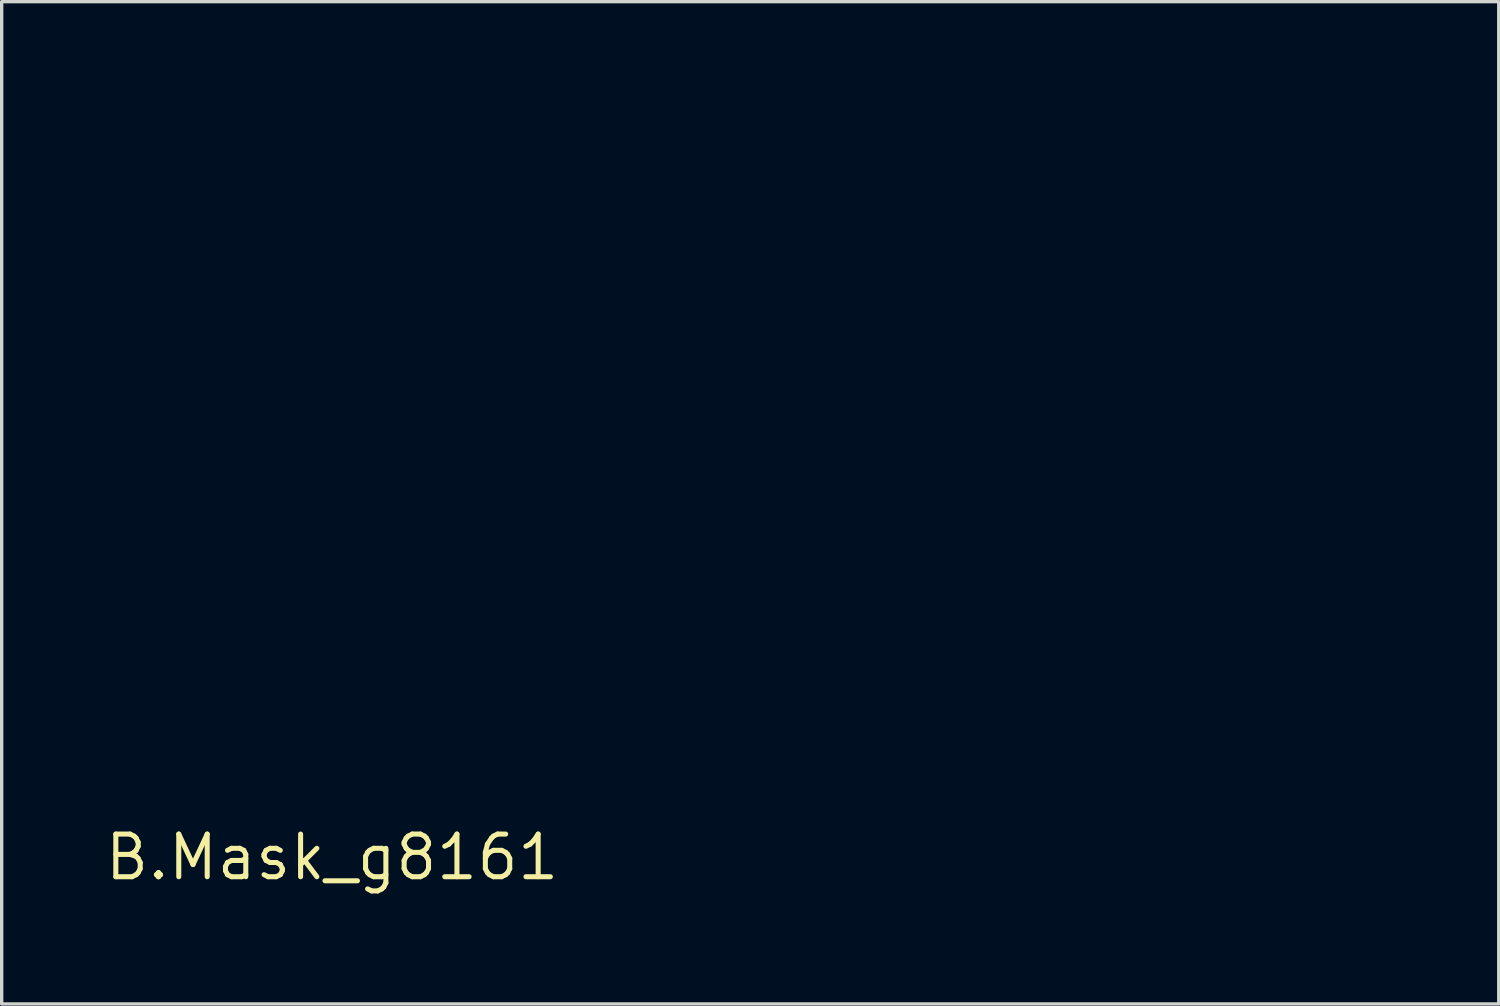
<source format=kicad_pcb>
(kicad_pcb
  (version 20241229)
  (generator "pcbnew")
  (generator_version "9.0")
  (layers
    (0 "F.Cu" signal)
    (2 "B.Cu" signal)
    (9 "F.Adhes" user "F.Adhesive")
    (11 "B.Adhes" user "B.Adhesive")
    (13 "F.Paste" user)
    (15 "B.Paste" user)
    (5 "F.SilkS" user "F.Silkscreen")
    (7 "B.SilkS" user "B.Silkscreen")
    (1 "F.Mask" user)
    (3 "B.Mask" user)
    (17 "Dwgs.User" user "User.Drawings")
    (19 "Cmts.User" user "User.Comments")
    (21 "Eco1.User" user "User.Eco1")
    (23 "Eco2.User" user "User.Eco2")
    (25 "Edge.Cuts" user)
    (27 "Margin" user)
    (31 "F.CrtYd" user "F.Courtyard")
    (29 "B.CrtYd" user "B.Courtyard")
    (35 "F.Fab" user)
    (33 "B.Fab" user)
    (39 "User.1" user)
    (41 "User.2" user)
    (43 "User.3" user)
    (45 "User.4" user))
  (footprint "B.Mask_g8161"
    (layer "F.Cu")
    (at 6.841 22.484)
    (property "Reference" "B.Mask_g8161" (at 0 0 0) (layer "F.SilkS") (effects (font (size 1.27 1.27) (thickness 0.15))))
    (attr through_hole)
    (fp_poly (pts (xy 0.05 -5.937) (xy 0.128 -5.86) (xy 0.21 -5.762) (xy 0.273 -5.668) (xy 0.296 -5.608) (xy 0.275 -5.552) (xy 0.218 -5.566) (xy 0.16 -5.62) (xy 0.095 -5.708) (xy 0.036 -5.811) (xy -0.004 -5.903) (xy -0.015 -5.961) (xy -0.005 -5.969) (xy 0.05 -5.937)) (stroke (width 0.01) (type solid)) (fill yes) (layer "B.Mask"))
    (fp_poly (pts (xy 1.709 -19.52) (xy 1.749 -19.494) (xy 1.845 -19.445) (xy 1.909 -19.431) (xy 1.963 -19.393) (xy 2.007 -19.297) (xy 2.031 -19.168) (xy 2.032 -19.129) (xy 1.998 -19.096) (xy 1.915 -19.092) (xy 1.814 -19.113) (xy 1.722 -19.154) (xy 1.693 -19.177) (xy 1.617 -19.306) (xy 1.623 -19.457) (xy 1.634 -19.49) (xy 1.662 -19.533) (xy 1.709 -19.52)) (stroke (width 0.01) (type solid)) (fill yes) (layer "B.Mask"))
    (fp_poly (pts (xy 24.847 -6.105) (xy 24.881 -6.028) (xy 24.892 -5.883) (xy 24.892 -5.843) (xy 24.884 -5.685) (xy 24.851 -5.603) (xy 24.784 -5.588) (xy 24.669 -5.633) (xy 24.625 -5.656) (xy 24.549 -5.709) (xy 24.518 -5.776) (xy 24.519 -5.893) (xy 24.519 -5.895) (xy 24.536 -6.01) (xy 24.575 -6.07) (xy 24.657 -6.103) (xy 24.659 -6.104) (xy 24.776 -6.126) (xy 24.847 -6.105)) (stroke (width 0.01) (type solid)) (fill yes) (layer "B.Mask"))
    (fp_poly (pts (xy 28.11 -9.015) (xy 28.199 -8.985) (xy 28.289 -8.975) (xy 28.361 -8.968) (xy 28.395 -8.933) (xy 28.405 -8.847) (xy 28.406 -8.784) (xy 28.401 -8.667) (xy 28.38 -8.611) (xy 28.328 -8.594) (xy 28.298 -8.594) (xy 28.194 -8.623) (xy 28.09 -8.694) (xy 28.086 -8.698) (xy 27.998 -8.826) (xy 27.991 -8.95) (xy 28.016 -9.004) (xy 28.073 -9.031) (xy 28.11 -9.015)) (stroke (width 0.01) (type solid)) (fill yes) (layer "B.Mask"))
    (fp_poly (pts (xy 28.343 -13.317) (xy 28.35 -13.313) (xy 28.449 -13.279) (xy 28.517 -13.279) (xy 28.561 -13.268) (xy 28.581 -13.183) (xy 28.581 -13.17) (xy 28.587 -13.059) (xy 28.592 -12.986) (xy 28.562 -12.939) (xy 28.482 -12.923) (xy 28.383 -12.942) (xy 28.342 -12.961) (xy 28.239 -13.043) (xy 28.198 -13.15) (xy 28.195 -13.212) (xy 28.206 -13.317) (xy 28.251 -13.349) (xy 28.343 -13.317)) (stroke (width 0.01) (type solid)) (fill yes) (layer "B.Mask"))
    (fp_poly (pts (xy 4.179 -8.194) (xy 4.19 -8.082) (xy 4.191 -7.98) (xy 4.189 -7.832) (xy 4.179 -7.75) (xy 4.153 -7.714) (xy 4.101 -7.705) (xy 4.073 -7.705) (xy 3.948 -7.729) (xy 3.862 -7.771) (xy 3.791 -7.852) (xy 3.768 -7.979) (xy 3.768 -7.997) (xy 3.775 -8.102) (xy 3.812 -8.159) (xy 3.904 -8.198) (xy 3.931 -8.206) (xy 4.065 -8.243) (xy 4.143 -8.243) (xy 4.179 -8.194)) (stroke (width 0.01) (type solid)) (fill yes) (layer "B.Mask"))
    (fp_poly (pts (xy 4.805 -13.887) (xy 4.835 -13.867) (xy 4.944 -13.816) (xy 5.026 -13.801) (xy 5.088 -13.79) (xy 5.116 -13.741) (xy 5.122 -13.632) (xy 5.122 -13.631) (xy 5.116 -13.522) (xy 5.088 -13.473) (xy 5.026 -13.462) (xy 5.026 -13.462) (xy 4.917 -13.486) (xy 4.835 -13.528) (xy 4.767 -13.604) (xy 4.742 -13.722) (xy 4.741 -13.763) (xy 4.744 -13.869) (xy 4.761 -13.906) (xy 4.805 -13.887)) (stroke (width 0.01) (type solid)) (fill yes) (layer "B.Mask"))
    (fp_poly (pts (xy -3.481 -12.314) (xy -3.48 -12.313) (xy -3.059 -11.947) (xy -2.688 -11.543) (xy -2.382 -11.119) (xy -2.312 -11.001) (xy -2.199 -10.805) (xy -2.296 -10.78) (xy -2.416 -10.759) (xy -2.505 -10.753) (xy -2.609 -10.723) (xy -2.646 -10.668) (xy -2.689 -10.599) (xy -2.723 -10.583) (xy -2.756 -10.62) (xy -2.819 -10.721) (xy -2.908 -10.878) (xy -3.016 -11.078) (xy -3.137 -11.312) (xy -3.206 -11.449) (xy -3.359 -11.76) (xy -3.471 -12) (xy -3.545 -12.176) (xy -3.582 -12.291) (xy -3.582 -12.349) (xy -3.548 -12.355) (xy -3.481 -12.314)) (stroke (width 0.01) (type solid)) (fill yes) (layer "B.Mask"))
    (fp_poly (pts (xy -3.555 -9.204) (xy -3.431 -9.145) (xy -3.297 -9.058) (xy -3.168 -8.93) (xy -3.036 -8.753) (xy -2.895 -8.516) (xy -2.736 -8.21) (xy -2.711 -8.158) (xy -2.448 -7.617) (xy -2.678 -7.333) (xy -2.867 -7.104) (xy -3.016 -6.939) (xy -3.136 -6.832) (xy -3.236 -6.78) (xy -3.328 -6.777) (xy -3.42 -6.818) (xy -3.525 -6.899) (xy -3.556 -6.927) (xy -3.739 -7.144) (xy -3.888 -7.426) (xy -3.996 -7.759) (xy -4.06 -8.13) (xy -4.077 -8.424) (xy -4.064 -8.667) (xy -4.016 -8.852) (xy -3.926 -9.002) (xy -3.808 -9.118) (xy -3.712 -9.193) (xy -3.638 -9.221) (xy -3.555 -9.204)) (stroke (width 0.01) (type solid)) (fill yes) (layer "B.Mask"))
    (fp_poly (pts (xy -5.311 -10.039) (xy -5.273 -9.96) (xy -5.225 -9.823) (xy -5.165 -9.62) (xy -5.091 -9.344) (xy -5.072 -9.271) (xy -5.008 -9.023) (xy -4.953 -8.802) (xy -4.909 -8.622) (xy -4.88 -8.495) (xy -4.869 -8.436) (xy -4.869 -8.435) (xy -4.904 -8.394) (xy -4.968 -8.382) (xy -5.085 -8.344) (xy -5.174 -8.251) (xy -5.207 -8.138) (xy -5.223 -8.055) (xy -5.244 -8.025) (xy -5.267 -8.053) (xy -5.296 -8.146) (xy -5.324 -8.286) (xy -5.331 -8.33) (xy -5.387 -8.741) (xy -5.426 -9.107) (xy -5.448 -9.424) (xy -5.453 -9.684) (xy -5.44 -9.882) (xy -5.41 -10.012) (xy -5.362 -10.066) (xy -5.343 -10.067) (xy -5.311 -10.039)) (stroke (width 0.01) (type solid)) (fill yes) (layer "B.Mask"))
    (fp_poly (pts (xy -0.027 -12.545) (xy 0.113 -12.471) (xy 0.281 -12.361) (xy 0.46 -12.228) (xy 0.632 -12.081) (xy 0.659 -12.056) (xy 0.787 -11.927) (xy 0.922 -11.776) (xy 1.05 -11.621) (xy 1.159 -11.476) (xy 1.237 -11.358) (xy 1.27 -11.284) (xy 1.27 -11.279) (xy 1.234 -11.266) (xy 1.147 -11.275) (xy 1.143 -11.276) (xy 1.038 -11.28) (xy 0.973 -11.232) (xy 0.963 -11.217) (xy 0.911 -11.152) (xy 0.882 -11.134) (xy 0.848 -11.166) (xy 0.772 -11.255) (xy 0.661 -11.391) (xy 0.524 -11.563) (xy 0.37 -11.761) (xy 0.356 -11.779) (xy 0.162 -12.034) (xy 0.016 -12.231) (xy -0.083 -12.376) (xy -0.142 -12.475) (xy -0.163 -12.537) (xy -0.15 -12.567) (xy -0.121 -12.573) (xy -0.027 -12.545)) (stroke (width 0.01) (type solid)) (fill yes) (layer "B.Mask"))
    (fp_poly (pts (xy -4.553 -11.435) (xy -4.496 -11.334) (xy -4.418 -11.181) (xy -4.325 -10.99) (xy -4.224 -10.776) (xy -4.12 -10.55) (xy -4.02 -10.326) (xy -3.929 -10.118) (xy -3.854 -9.939) (xy -3.801 -9.803) (xy -3.777 -9.722) (xy -3.776 -9.709) (xy -3.798 -9.664) (xy -3.853 -9.643) (xy -3.964 -9.642) (xy -4.018 -9.645) (xy -4.148 -9.651) (xy -4.213 -9.643) (xy -4.232 -9.611) (xy -4.224 -9.55) (xy -4.216 -9.462) (xy -4.239 -9.449) (xy -4.288 -9.507) (xy -4.35 -9.62) (xy -4.416 -9.772) (xy -4.468 -9.938) (xy -4.509 -10.136) (xy -4.543 -10.385) (xy -4.571 -10.668) (xy -4.596 -10.972) (xy -4.609 -11.198) (xy -4.612 -11.353) (xy -4.603 -11.442) (xy -4.584 -11.472) (xy -4.583 -11.472) (xy -4.553 -11.435)) (stroke (width 0.01) (type solid)) (fill yes) (layer "B.Mask"))
    (fp_poly (pts (xy -1.936 -10.222) (xy -1.806 -10.196) (xy -1.703 -10.148) (xy -1.596 -10.062) (xy -1.518 -9.985) (xy -1.347 -9.773) (xy -1.184 -9.506) (xy -1.042 -9.212) (xy -0.936 -8.921) (xy -0.89 -8.727) (xy -0.869 -8.574) (xy -0.86 -8.452) (xy -0.865 -8.387) (xy -0.866 -8.385) (xy -0.917 -8.35) (xy -1.024 -8.299) (xy -1.152 -8.248) (xy -1.327 -8.172) (xy -1.5 -8.078) (xy -1.596 -8.014) (xy -1.768 -7.906) (xy -1.91 -7.873) (xy -2.03 -7.916) (xy -2.134 -8.033) (xy -2.255 -8.253) (xy -2.343 -8.501) (xy -2.403 -8.793) (xy -2.437 -9.143) (xy -2.445 -9.316) (xy -2.449 -9.631) (xy -2.433 -9.87) (xy -2.392 -10.042) (xy -2.322 -10.155) (xy -2.218 -10.216) (xy -2.077 -10.233) (xy -1.936 -10.222)) (stroke (width 0.01) (type solid)) (fill yes) (layer "B.Mask"))
    (fp_poly (pts (xy -4.596 -7.776) (xy -4.571 -7.76) (xy -4.431 -7.642) (xy -4.332 -7.499) (xy -4.297 -7.425) (xy -4.253 -7.337) (xy -4.179 -7.195) (xy -4.084 -7.019) (xy -3.981 -6.834) (xy -3.883 -6.65) (xy -3.802 -6.486) (xy -3.747 -6.36) (xy -3.726 -6.289) (xy -3.726 -6.287) (xy -3.75 -6.193) (xy -3.814 -6.053) (xy -3.905 -5.887) (xy -4.011 -5.716) (xy -4.119 -5.561) (xy -4.216 -5.441) (xy -4.276 -5.387) (xy -4.426 -5.309) (xy -4.553 -5.306) (xy -4.678 -5.379) (xy -4.731 -5.429) (xy -4.867 -5.612) (xy -4.993 -5.858) (xy -5.102 -6.145) (xy -5.185 -6.452) (xy -5.236 -6.757) (xy -5.249 -6.978) (xy -5.216 -7.256) (xy -5.12 -7.507) (xy -4.985 -7.694) (xy -4.853 -7.799) (xy -4.728 -7.826) (xy -4.596 -7.776)) (stroke (width 0.01) (type solid)) (fill yes) (layer "B.Mask"))
    (fp_poly (pts (xy -2.06 -12.548) (xy -1.907 -12.48) (xy -1.721 -12.378) (xy -1.519 -12.252) (xy -1.318 -12.112) (xy -1.133 -11.968) (xy -1.129 -11.965) (xy -1.018 -11.86) (xy -0.893 -11.727) (xy -0.771 -11.583) (xy -0.663 -11.445) (xy -0.585 -11.331) (xy -0.551 -11.258) (xy -0.55 -11.252) (xy -0.582 -11.229) (xy -0.624 -11.238) (xy -0.78 -11.287) (xy -0.885 -11.288) (xy -0.96 -11.237) (xy -0.999 -11.18) (xy -1.057 -11.094) (xy -1.099 -11.05) (xy -1.103 -11.049) (xy -1.135 -11.081) (xy -1.21 -11.172) (xy -1.32 -11.31) (xy -1.456 -11.486) (xy -1.612 -11.691) (xy -1.665 -11.761) (xy -1.859 -12.021) (xy -2.005 -12.22) (xy -2.106 -12.368) (xy -2.168 -12.47) (xy -2.194 -12.533) (xy -2.19 -12.565) (xy -2.164 -12.573) (xy -2.06 -12.548)) (stroke (width 0.01) (type solid)) (fill yes) (layer "B.Mask"))
    (fp_poly (pts (xy 1.518 -10.745) (xy 1.616 -10.713) (xy 1.73 -10.646) (xy 1.879 -10.538) (xy 2.168 -10.286) (xy 2.385 -10.015) (xy 2.539 -9.709) (xy 2.638 -9.354) (xy 2.672 -9.139) (xy 2.698 -8.886) (xy 2.701 -8.703) (xy 2.675 -8.577) (xy 2.616 -8.495) (xy 2.517 -8.444) (xy 2.375 -8.412) (xy 2.371 -8.411) (xy 2.209 -8.414) (xy 1.997 -8.471) (xy 1.956 -8.486) (xy 1.749 -8.574) (xy 1.598 -8.671) (xy 1.493 -8.794) (xy 1.423 -8.958) (xy 1.377 -9.179) (xy 1.352 -9.391) (xy 1.325 -9.628) (xy 1.29 -9.888) (xy 1.252 -10.123) (xy 1.244 -10.169) (xy 1.216 -10.349) (xy 1.2 -10.509) (xy 1.199 -10.622) (xy 1.202 -10.645) (xy 1.23 -10.713) (xy 1.286 -10.745) (xy 1.397 -10.753) (xy 1.413 -10.753) (xy 1.518 -10.745)) (stroke (width 0.01) (type solid)) (fill yes) (layer "B.Mask"))
    (fp_poly (pts (xy 30.428 -12.749) (xy 30.511 -12.723) (xy 30.642 -12.698) (xy 30.721 -12.687) (xy 31.004 -12.619) (xy 31.25 -12.481) (xy 31.445 -12.297) (xy 31.592 -12.091) (xy 31.693 -11.868) (xy 31.745 -11.646) (xy 31.743 -11.443) (xy 31.684 -11.276) (xy 31.662 -11.245) (xy 31.557 -11.154) (xy 31.453 -11.144) (xy 31.358 -11.217) (xy 31.35 -11.228) (xy 31.296 -11.318) (xy 31.302 -11.375) (xy 31.375 -11.424) (xy 31.431 -11.448) (xy 31.555 -11.528) (xy 31.607 -11.639) (xy 31.59 -11.789) (xy 31.536 -11.921) (xy 31.437 -12.07) (xy 31.298 -12.178) (xy 31.106 -12.251) (xy 30.846 -12.297) (xy 30.819 -12.3) (xy 30.664 -12.322) (xy 30.536 -12.347) (xy 30.47 -12.368) (xy 30.37 -12.463) (xy 30.323 -12.596) (xy 30.329 -12.684) (xy 30.361 -12.755) (xy 30.415 -12.755) (xy 30.428 -12.749)) (stroke (width 0.01) (type solid)) (fill yes) (layer "B.Mask"))
    (fp_poly (pts (xy -0.197 -10.706) (xy -0.025 -10.598) (xy 0.153 -10.451) (xy 0.323 -10.273) (xy 0.471 -10.075) (xy 0.545 -9.952) (xy 0.666 -9.696) (xy 0.768 -9.423) (xy 0.843 -9.159) (xy 0.884 -8.928) (xy 0.889 -8.837) (xy 0.881 -8.687) (xy 0.85 -8.589) (xy 0.792 -8.517) (xy 0.663 -8.441) (xy 0.465 -8.385) (xy 0.211 -8.35) (xy -0.044 -8.34) (xy -0.201 -8.343) (xy -0.3 -8.358) (xy -0.367 -8.393) (xy -0.429 -8.456) (xy -0.435 -8.463) (xy -0.503 -8.579) (xy -0.579 -8.773) (xy -0.659 -9.036) (xy -0.673 -9.087) (xy -0.735 -9.316) (xy -0.798 -9.548) (xy -0.854 -9.752) (xy -0.889 -9.875) (xy -0.926 -10.029) (xy -0.945 -10.158) (xy -0.943 -10.235) (xy -0.943 -10.235) (xy -0.889 -10.329) (xy -0.797 -10.451) (xy -0.685 -10.577) (xy -0.576 -10.684) (xy -0.489 -10.75) (xy -0.474 -10.757) (xy -0.352 -10.762) (xy -0.197 -10.706)) (stroke (width 0.01) (type solid)) (fill yes) (layer "B.Mask"))
    (fp_poly (pts (xy 30.785 -12.056) (xy 30.855 -11.981) (xy 30.884 -11.935) (xy 30.93 -11.812) (xy 30.94 -11.676) (xy 30.914 -11.507) (xy 30.848 -11.285) (xy 30.84 -11.261) (xy 30.787 -11.076) (xy 30.749 -10.89) (xy 30.734 -10.743) (xy 30.734 -10.741) (xy 30.743 -10.601) (xy 30.781 -10.501) (xy 30.867 -10.4) (xy 30.878 -10.389) (xy 31.015 -10.279) (xy 31.136 -10.246) (xy 31.25 -10.291) (xy 31.366 -10.416) (xy 31.434 -10.521) (xy 31.473 -10.571) (xy 31.514 -10.558) (xy 31.551 -10.523) (xy 31.641 -10.396) (xy 31.659 -10.282) (xy 31.613 -10.188) (xy 31.517 -10.119) (xy 31.379 -10.084) (xy 31.212 -10.087) (xy 31.026 -10.136) (xy 30.955 -10.167) (xy 30.722 -10.325) (xy 30.547 -10.539) (xy 30.435 -10.798) (xy 30.395 -11.089) (xy 30.395 -11.096) (xy 30.407 -11.19) (xy 30.439 -11.339) (xy 30.484 -11.52) (xy 30.537 -11.709) (xy 30.59 -11.884) (xy 30.637 -12.022) (xy 30.672 -12.098) (xy 30.716 -12.101) (xy 30.785 -12.056)) (stroke (width 0.01) (type solid)) (fill yes) (layer "B.Mask"))
    (fp_poly (pts (xy 28.332 -3.901) (xy 28.423 -3.843) (xy 28.511 -3.774) (xy 28.56 -3.693) (xy 28.586 -3.568) (xy 28.591 -3.53) (xy 28.62 -3.36) (xy 28.665 -3.166) (xy 28.694 -3.062) (xy 28.733 -2.922) (xy 28.754 -2.811) (xy 28.755 -2.761) (xy 28.724 -2.712) (xy 28.687 -2.736) (xy 28.642 -2.836) (xy 28.587 -3.017) (xy 28.573 -3.067) (xy 28.479 -3.424) (xy 28.272 -3.25) (xy 28.122 -3.105) (xy 28.047 -2.981) (xy 28.042 -2.865) (xy 28.084 -2.773) (xy 28.176 -2.687) (xy 28.278 -2.674) (xy 28.363 -2.731) (xy 28.443 -2.789) (xy 28.514 -2.764) (xy 28.571 -2.661) (xy 28.587 -2.532) (xy 28.54 -2.447) (xy 28.443 -2.411) (xy 28.309 -2.428) (xy 28.168 -2.494) (xy 28.047 -2.606) (xy 27.941 -2.774) (xy 27.866 -2.967) (xy 27.835 -3.155) (xy 27.835 -3.163) (xy 27.842 -3.269) (xy 27.874 -3.355) (xy 27.945 -3.45) (xy 28.035 -3.545) (xy 28.147 -3.673) (xy 28.218 -3.784) (xy 28.236 -3.843) (xy 28.241 -3.911) (xy 28.267 -3.93) (xy 28.332 -3.901)) (stroke (width 0.01) (type solid)) (fill yes) (layer "B.Mask"))
    (fp_poly (pts (xy 19.359 -3.621) (xy 19.531 -3.519) (xy 19.52 -3.259) (xy 19.52 -3.094) (xy 19.54 -2.994) (xy 19.573 -2.949) (xy 19.611 -2.886) (xy 19.617 -2.801) (xy 19.597 -2.725) (xy 19.556 -2.691) (xy 19.538 -2.693) (xy 19.5 -2.674) (xy 19.47 -2.578) (xy 19.456 -2.489) (xy 19.416 -2.241) (xy 19.366 -2.059) (xy 19.3 -1.926) (xy 19.235 -1.847) (xy 19.103 -1.756) (xy 18.969 -1.748) (xy 18.826 -1.823) (xy 18.808 -1.838) (xy 18.714 -1.942) (xy 18.626 -2.08) (xy 18.556 -2.226) (xy 18.517 -2.357) (xy 18.518 -2.442) (xy 18.544 -2.484) (xy 18.574 -2.463) (xy 18.614 -2.392) (xy 18.718 -2.222) (xy 18.812 -2.135) (xy 18.898 -2.13) (xy 18.98 -2.206) (xy 18.984 -2.213) (xy 19.017 -2.295) (xy 19.047 -2.42) (xy 19.07 -2.567) (xy 19.084 -2.713) (xy 19.088 -2.834) (xy 19.077 -2.908) (xy 19.064 -2.921) (xy 18.964 -2.957) (xy 18.905 -3.047) (xy 18.903 -3.144) (xy 18.933 -3.222) (xy 18.98 -3.23) (xy 19.009 -3.216) (xy 19.093 -3.18) (xy 19.128 -3.204) (xy 19.135 -3.291) (xy 19.143 -3.415) (xy 19.16 -3.557) (xy 19.162 -3.566) (xy 19.188 -3.724) (xy 19.359 -3.621)) (stroke (width 0.01) (type solid)) (fill yes) (layer "B.Mask"))
    (fp_poly (pts (xy 25.203 -14.915) (xy 25.386 -14.841) (xy 25.536 -14.736) (xy 25.594 -14.669) (xy 25.686 -14.461) (xy 25.709 -14.24) (xy 25.664 -14.028) (xy 25.552 -13.847) (xy 25.543 -13.837) (xy 25.447 -13.76) (xy 25.302 -13.668) (xy 25.136 -13.578) (xy 25.106 -13.563) (xy 24.943 -13.482) (xy 24.801 -13.4) (xy 24.704 -13.335) (xy 24.691 -13.324) (xy 24.612 -13.201) (xy 24.599 -13.06) (xy 24.644 -12.92) (xy 24.736 -12.801) (xy 24.867 -12.722) (xy 24.991 -12.7) (xy 25.086 -12.711) (xy 25.168 -12.754) (xy 25.263 -12.846) (xy 25.31 -12.9) (xy 25.403 -12.999) (xy 25.476 -13.06) (xy 25.51 -13.07) (xy 25.531 -13.014) (xy 25.551 -12.903) (xy 25.56 -12.829) (xy 25.568 -12.702) (xy 25.556 -12.632) (xy 25.513 -12.594) (xy 25.466 -12.574) (xy 25.301 -12.539) (xy 25.107 -12.537) (xy 24.924 -12.565) (xy 24.828 -12.601) (xy 24.595 -12.763) (xy 24.437 -12.963) (xy 24.354 -13.2) (xy 24.342 -13.352) (xy 24.363 -13.51) (xy 24.434 -13.647) (xy 24.563 -13.771) (xy 24.76 -13.894) (xy 24.933 -13.979) (xy 25.16 -14.089) (xy 25.318 -14.183) (xy 25.418 -14.27) (xy 25.469 -14.36) (xy 25.485 -14.462) (xy 25.485 -14.464) (xy 25.454 -14.621) (xy 25.372 -14.722) (xy 25.254 -14.765) (xy 25.114 -14.749) (xy 24.968 -14.67) (xy 24.864 -14.568) (xy 24.772 -14.457) (xy 24.726 -14.576) (xy 24.685 -14.738) (xy 24.708 -14.849) (xy 24.8 -14.916) (xy 24.965 -14.943) (xy 25.018 -14.944) (xy 25.203 -14.915)) (stroke (width 0.01) (type solid)) (fill yes) (layer "B.Mask"))
    (fp_poly (pts (xy 21.12 -16.554) (xy 21.127 -16.551) (xy 21.231 -16.453) (xy 21.314 -16.295) (xy 21.371 -16.103) (xy 21.397 -15.899) (xy 21.386 -15.707) (xy 21.339 -15.563) (xy 21.25 -15.46) (xy 21.141 -15.416) (xy 21.034 -15.429) (xy 20.952 -15.498) (xy 20.921 -15.59) (xy 20.927 -15.676) (xy 20.988 -15.71) (xy 21.003 -15.713) (xy 21.081 -15.763) (xy 21.132 -15.87) (xy 21.154 -16.011) (xy 21.146 -16.163) (xy 21.107 -16.303) (xy 21.035 -16.408) (xy 21.035 -16.408) (xy 20.946 -16.456) (xy 20.861 -16.429) (xy 20.773 -16.324) (xy 20.722 -16.232) (xy 20.674 -16.082) (xy 20.644 -15.872) (xy 20.633 -15.628) (xy 20.64 -15.371) (xy 20.666 -15.126) (xy 20.71 -14.917) (xy 20.719 -14.888) (xy 20.824 -14.648) (xy 20.95 -14.486) (xy 21.088 -14.403) (xy 21.231 -14.398) (xy 21.368 -14.471) (xy 21.491 -14.621) (xy 21.591 -14.849) (xy 21.612 -14.918) (xy 21.655 -15.17) (xy 21.668 -15.462) (xy 21.651 -15.76) (xy 21.605 -16.029) (xy 21.572 -16.144) (xy 21.535 -16.264) (xy 21.519 -16.349) (xy 21.522 -16.372) (xy 21.572 -16.369) (xy 21.655 -16.321) (xy 21.747 -16.244) (xy 21.823 -16.156) (xy 21.829 -16.147) (xy 21.905 -15.989) (xy 21.972 -15.773) (xy 22.023 -15.526) (xy 22.051 -15.276) (xy 22.056 -15.152) (xy 22.033 -14.833) (xy 21.967 -14.557) (xy 21.866 -14.331) (xy 21.734 -14.161) (xy 21.578 -14.053) (xy 21.403 -14.013) (xy 21.215 -14.046) (xy 21.05 -14.137) (xy 20.889 -14.298) (xy 20.749 -14.525) (xy 20.634 -14.801) (xy 20.551 -15.11) (xy 20.505 -15.432) (xy 20.502 -15.749) (xy 20.54 -16.037) (xy 20.61 -16.271) (xy 20.708 -16.447) (xy 20.829 -16.556) (xy 20.968 -16.594) (xy 21.12 -16.554)) (stroke (width 0.01) (type solid)) (fill yes) (layer "B.Mask"))
    (fp_poly (pts (xy 26.688 -4.547) (xy 26.84 -4.449) (xy 26.981 -4.276) (xy 26.996 -4.253) (xy 27.032 -4.201) (xy 27.046 -4.221) (xy 27.049 -4.286) (xy 27.054 -4.367) (xy 27.078 -4.395) (xy 27.138 -4.372) (xy 27.242 -4.307) (xy 27.339 -4.232) (xy 27.381 -4.15) (xy 27.39 -4.043) (xy 27.401 -3.905) (xy 27.428 -3.733) (xy 27.452 -3.619) (xy 27.498 -3.401) (xy 27.513 -3.255) (xy 27.498 -3.182) (xy 27.482 -3.175) (xy 27.45 -3.212) (xy 27.409 -3.305) (xy 27.385 -3.375) (xy 27.323 -3.575) (xy 27.182 -2.846) (xy 27.135 -2.61) (xy 27.092 -2.406) (xy 27.055 -2.247) (xy 27.028 -2.146) (xy 27.015 -2.117) (xy 26.964 -2.137) (xy 26.872 -2.187) (xy 26.839 -2.206) (xy 26.745 -2.263) (xy 26.69 -2.298) (xy 26.684 -2.302) (xy 26.688 -2.343) (xy 26.707 -2.443) (xy 26.732 -2.561) (xy 26.78 -2.779) (xy 26.809 -2.926) (xy 26.82 -3.018) (xy 26.812 -3.067) (xy 26.785 -3.087) (xy 26.739 -3.09) (xy 26.722 -3.09) (xy 26.55 -3.129) (xy 26.404 -3.234) (xy 26.286 -3.39) (xy 26.201 -3.58) (xy 26.179 -3.677) (xy 26.477 -3.677) (xy 26.493 -3.499) (xy 26.543 -3.354) (xy 26.619 -3.256) (xy 26.715 -3.217) (xy 26.825 -3.25) (xy 26.826 -3.25) (xy 26.854 -3.304) (xy 26.886 -3.421) (xy 26.916 -3.579) (xy 26.927 -3.65) (xy 26.951 -3.833) (xy 26.959 -3.954) (xy 26.951 -4.035) (xy 26.925 -4.097) (xy 26.908 -4.126) (xy 26.817 -4.217) (xy 26.721 -4.23) (xy 26.63 -4.169) (xy 26.552 -4.039) (xy 26.501 -3.876) (xy 26.477 -3.677) (xy 26.179 -3.677) (xy 26.152 -3.791) (xy 26.144 -4.005) (xy 26.179 -4.207) (xy 26.261 -4.382) (xy 26.383 -4.506) (xy 26.533 -4.567) (xy 26.688 -4.547)) (stroke (width 0.01) (type solid)) (fill yes) (layer "B.Mask"))
    (fp_poly (pts (xy 23.678 -10.136) (xy 23.795 -10.019) (xy 23.836 -9.942) (xy 23.89 -9.813) (xy 23.936 -9.922) (xy 23.982 -10.031) (xy 24.115 -9.946) (xy 24.194 -9.885) (xy 24.239 -9.811) (xy 24.266 -9.694) (xy 24.276 -9.619) (xy 24.305 -9.431) (xy 24.348 -9.226) (xy 24.372 -9.131) (xy 24.408 -8.97) (xy 24.41 -8.874) (xy 24.393 -8.84) (xy 24.356 -8.836) (xy 24.317 -8.907) (xy 24.296 -8.969) (xy 24.259 -9.076) (xy 24.227 -9.138) (xy 24.219 -9.144) (xy 24.202 -9.105) (xy 24.175 -8.998) (xy 24.142 -8.838) (xy 24.104 -8.641) (xy 24.097 -8.6) (xy 24.039 -8.286) (xy 23.991 -8.05) (xy 23.951 -7.886) (xy 23.918 -7.788) (xy 23.89 -7.751) (xy 23.885 -7.751) (xy 23.832 -7.773) (xy 23.74 -7.825) (xy 23.717 -7.839) (xy 23.645 -7.883) (xy 23.603 -7.921) (xy 23.588 -7.971) (xy 23.596 -8.055) (xy 23.625 -8.193) (xy 23.642 -8.276) (xy 23.682 -8.472) (xy 23.701 -8.6) (xy 23.697 -8.674) (xy 23.667 -8.71) (xy 23.609 -8.72) (xy 23.573 -8.721) (xy 23.463 -8.742) (xy 23.353 -8.817) (xy 23.286 -8.882) (xy 23.143 -9.083) (xy 23.074 -9.268) (xy 23.373 -9.268) (xy 23.377 -9.211) (xy 23.397 -9.069) (xy 23.429 -8.955) (xy 23.451 -8.914) (xy 23.542 -8.858) (xy 23.654 -8.855) (xy 23.743 -8.904) (xy 23.744 -8.905) (xy 23.768 -8.971) (xy 23.792 -9.099) (xy 23.811 -9.265) (xy 23.817 -9.339) (xy 23.824 -9.571) (xy 23.809 -9.73) (xy 23.767 -9.823) (xy 23.695 -9.858) (xy 23.611 -9.849) (xy 23.512 -9.783) (xy 23.435 -9.652) (xy 23.386 -9.475) (xy 23.373 -9.268) (xy 23.074 -9.268) (xy 23.057 -9.314) (xy 23.029 -9.556) (xy 23.059 -9.789) (xy 23.148 -9.995) (xy 23.244 -10.112) (xy 23.381 -10.189) (xy 23.533 -10.195) (xy 23.678 -10.136)) (stroke (width 0.01) (type solid)) (fill yes) (layer "B.Mask"))
    (fp_poly (pts (xy 22.895 -15.811) (xy 23.101 -15.754) (xy 23.316 -15.672) (xy 23.508 -15.577) (xy 23.589 -15.526) (xy 23.837 -15.31) (xy 24.012 -15.063) (xy 24.12 -14.773) (xy 24.164 -14.463) (xy 24.161 -14.142) (xy 24.116 -13.845) (xy 24.033 -13.585) (xy 23.918 -13.377) (xy 23.775 -13.236) (xy 23.773 -13.235) (xy 23.6 -13.168) (xy 23.417 -13.176) (xy 23.25 -13.254) (xy 23.203 -13.295) (xy 23.108 -13.417) (xy 23.025 -13.57) (xy 23.002 -13.627) (xy 22.93 -13.829) (xy 22.806 -13.688) (xy 22.664 -13.576) (xy 22.505 -13.547) (xy 22.33 -13.601) (xy 22.286 -13.626) (xy 22.191 -13.71) (xy 22.096 -13.836) (xy 22.013 -13.98) (xy 21.957 -14.117) (xy 21.94 -14.224) (xy 21.945 -14.248) (xy 21.969 -14.287) (xy 22.001 -14.27) (xy 22.054 -14.188) (xy 22.069 -14.163) (xy 22.177 -14.008) (xy 22.281 -13.936) (xy 22.379 -13.949) (xy 22.475 -14.046) (xy 22.529 -14.142) (xy 22.578 -14.287) (xy 22.619 -14.491) (xy 22.649 -14.729) (xy 22.666 -14.979) (xy 22.668 -15.213) (xy 22.651 -15.408) (xy 22.65 -15.415) (xy 22.633 -15.525) (xy 23.009 -15.525) (xy 23.034 -15.43) (xy 23.035 -15.427) (xy 23.06 -15.318) (xy 23.077 -15.149) (xy 23.085 -14.943) (xy 23.084 -14.724) (xy 23.075 -14.516) (xy 23.058 -14.342) (xy 23.038 -14.247) (xy 23.015 -14.035) (xy 23.06 -13.83) (xy 23.169 -13.658) (xy 23.179 -13.648) (xy 23.267 -13.572) (xy 23.342 -13.556) (xy 23.425 -13.602) (xy 23.515 -13.685) (xy 23.623 -13.833) (xy 23.696 -14.032) (xy 23.737 -14.292) (xy 23.749 -14.592) (xy 23.734 -14.882) (xy 23.685 -15.109) (xy 23.598 -15.289) (xy 23.518 -15.389) (xy 23.413 -15.475) (xy 23.284 -15.546) (xy 23.157 -15.591) (xy 23.057 -15.601) (xy 23.018 -15.585) (xy 23.009 -15.525) (xy 22.633 -15.525) (xy 22.621 -15.605) (xy 22.609 -15.726) (xy 22.618 -15.794) (xy 22.65 -15.825) (xy 22.708 -15.832) (xy 22.729 -15.833) (xy 22.895 -15.811)) (stroke (width 0.01) (type solid)) (fill yes) (layer "B.Mask"))
    (fp_poly (pts (xy 3.494 -13.759) (xy 3.614 -13.64) (xy 3.729 -13.449) (xy 3.775 -13.348) (xy 3.829 -13.222) (xy 3.863 -13.167) (xy 3.885 -13.171) (xy 3.9 -13.213) (xy 3.922 -13.33) (xy 3.933 -13.451) (xy 3.942 -13.545) (xy 3.957 -13.589) (xy 3.959 -13.589) (xy 4.005 -13.568) (xy 4.094 -13.517) (xy 4.132 -13.494) (xy 4.283 -13.399) (xy 4.256 -12.951) (xy 4.246 -12.749) (xy 4.244 -12.612) (xy 4.253 -12.52) (xy 4.275 -12.456) (xy 4.313 -12.399) (xy 4.319 -12.39) (xy 4.399 -12.307) (xy 4.463 -12.286) (xy 4.514 -12.331) (xy 4.554 -12.449) (xy 4.586 -12.643) (xy 4.608 -12.845) (xy 4.626 -13.022) (xy 4.645 -13.166) (xy 4.661 -13.256) (xy 4.668 -13.276) (xy 4.714 -13.269) (xy 4.802 -13.225) (xy 4.843 -13.2) (xy 4.933 -13.135) (xy 4.978 -13.069) (xy 4.993 -12.97) (xy 4.995 -12.886) (xy 4.979 -12.606) (xy 4.934 -12.354) (xy 4.864 -12.142) (xy 4.774 -11.985) (xy 4.674 -11.902) (xy 4.586 -11.864) (xy 4.53 -11.864) (xy 4.469 -11.91) (xy 4.42 -11.959) (xy 4.334 -12.068) (xy 4.252 -12.205) (xy 4.234 -12.243) (xy 4.155 -12.42) (xy 4.08 -12.264) (xy 4.027 -12.166) (xy 3.983 -12.111) (xy 3.974 -12.107) (xy 3.923 -12.133) (xy 3.841 -12.194) (xy 3.826 -12.207) (xy 3.71 -12.307) (xy 3.788 -12.555) (xy 3.83 -12.697) (xy 3.844 -12.796) (xy 3.832 -12.887) (xy 3.794 -13.009) (xy 3.792 -13.016) (xy 3.716 -13.208) (xy 3.645 -13.338) (xy 3.584 -13.399) (xy 3.554 -13.397) (xy 3.533 -13.345) (xy 3.518 -13.234) (xy 3.513 -13.11) (xy 3.495 -12.83) (xy 3.442 -12.621) (xy 3.353 -12.487) (xy 3.323 -12.463) (xy 3.237 -12.421) (xy 3.155 -12.431) (xy 3.103 -12.454) (xy 3.004 -12.529) (xy 2.896 -12.651) (xy 2.799 -12.794) (xy 2.731 -12.93) (xy 2.709 -13.022) (xy 2.723 -13.106) (xy 2.759 -13.111) (xy 2.815 -13.04) (xy 2.85 -12.974) (xy 2.923 -12.858) (xy 3.002 -12.793) (xy 3.069 -12.793) (xy 3.078 -12.801) (xy 3.093 -12.852) (xy 3.109 -12.968) (xy 3.125 -13.13) (xy 3.135 -13.25) (xy 3.156 -13.481) (xy 3.185 -13.639) (xy 3.228 -13.737) (xy 3.289 -13.787) (xy 3.373 -13.801) (xy 3.494 -13.759)) (stroke (width 0.01) (type solid)) (fill yes) (layer "B.Mask"))
    (fp_poly (pts (xy 29.542 -13.181) (xy 29.64 -13.111) (xy 29.74 -13.027) (xy 29.859 -12.909) (xy 29.928 -12.807) (xy 29.965 -12.687) (xy 29.975 -12.635) (xy 30.007 -12.289) (xy 30.001 -11.916) (xy 29.957 -11.567) (xy 29.951 -11.536) (xy 29.912 -11.378) (xy 29.858 -11.203) (xy 29.798 -11.031) (xy 29.738 -10.879) (xy 29.684 -10.767) (xy 29.646 -10.713) (xy 29.639 -10.711) (xy 29.589 -10.732) (xy 29.5 -10.784) (xy 29.482 -10.795) (xy 29.353 -10.878) (xy 29.456 -11.193) (xy 29.514 -11.392) (xy 29.534 -11.541) (xy 29.513 -11.667) (xy 29.45 -11.795) (xy 29.411 -11.856) (xy 29.319 -11.969) (xy 29.252 -12.001) (xy 29.206 -11.952) (xy 29.182 -11.821) (xy 29.179 -11.769) (xy 29.157 -11.477) (xy 29.118 -11.262) (xy 29.061 -11.116) (xy 28.982 -11.034) (xy 28.878 -11.007) (xy 28.875 -11.007) (xy 28.769 -11.041) (xy 28.647 -11.133) (xy 28.529 -11.263) (xy 28.441 -11.401) (xy 28.353 -11.574) (xy 28.27 -11.459) (xy 28.16 -11.362) (xy 28.037 -11.346) (xy 27.911 -11.409) (xy 27.832 -11.492) (xy 27.747 -11.63) (xy 27.655 -11.822) (xy 27.567 -12.038) (xy 27.495 -12.25) (xy 27.451 -12.43) (xy 27.449 -12.44) (xy 27.426 -12.548) (xy 27.402 -12.61) (xy 27.395 -12.615) (xy 27.351 -12.589) (xy 27.264 -12.523) (xy 27.167 -12.442) (xy 27.05 -12.333) (xy 26.988 -12.246) (xy 26.967 -12.159) (xy 26.966 -12.132) (xy 26.992 -12.013) (xy 27.055 -11.911) (xy 27.136 -11.856) (xy 27.157 -11.853) (xy 27.211 -11.88) (xy 27.29 -11.944) (xy 27.295 -11.949) (xy 27.366 -12.011) (xy 27.408 -12.017) (xy 27.451 -11.969) (xy 27.458 -11.959) (xy 27.503 -11.85) (xy 27.508 -11.769) (xy 27.485 -11.695) (xy 27.421 -11.661) (xy 27.343 -11.65) (xy 27.182 -11.676) (xy 27.031 -11.772) (xy 26.902 -11.921) (xy 26.807 -12.108) (xy 26.759 -12.318) (xy 26.756 -12.388) (xy 26.762 -12.49) (xy 26.793 -12.575) (xy 26.862 -12.667) (xy 26.966 -12.777) (xy 27.075 -12.898) (xy 27.151 -13.007) (xy 27.178 -13.078) (xy 27.182 -13.131) (xy 27.205 -13.141) (xy 27.269 -13.109) (xy 27.337 -13.067) (xy 27.427 -13.002) (xy 27.479 -12.936) (xy 27.507 -12.838) (xy 27.524 -12.715) (xy 27.556 -12.523) (xy 27.61 -12.306) (xy 27.676 -12.094) (xy 27.746 -11.916) (xy 27.796 -11.822) (xy 27.873 -11.735) (xy 27.94 -11.732) (xy 27.996 -11.813) (xy 28.041 -11.977) (xy 28.077 -12.225) (xy 28.091 -12.392) (xy 28.12 -12.783) (xy 28.231 -12.717) (xy 28.357 -12.642) (xy 28.436 -12.581) (xy 28.476 -12.514) (xy 28.485 -12.42) (xy 28.473 -12.277) (xy 28.457 -12.146) (xy 28.435 -11.959) (xy 28.428 -11.831) (xy 28.436 -11.739) (xy 28.462 -11.659) (xy 28.498 -11.584) (xy 28.58 -11.438) (xy 28.646 -11.367) (xy 28.697 -11.373) (xy 28.735 -11.456) (xy 28.765 -11.621) (xy 28.784 -11.818) (xy 28.803 -12.003) (xy 28.827 -12.165) (xy 28.854 -12.279) (xy 28.865 -12.308) (xy 28.945 -12.388) (xy 29.054 -12.391) (xy 29.187 -12.317) (xy 29.246 -12.266) (xy 29.332 -12.186) (xy 29.371 -12.162) (xy 29.374 -12.189) (xy 29.363 -12.234) (xy 29.344 -12.33) (xy 29.325 -12.478) (xy 29.309 -12.639) (xy 29.308 -12.737) (xy 29.445 -12.737) (xy 29.447 -12.584) (xy 29.46 -12.417) (xy 29.487 -12.248) (xy 29.528 -12.09) (xy 29.529 -12.086) (xy 29.612 -11.832) (xy 29.624 -12.302) (xy 29.625 -12.505) (xy 29.618 -12.687) (xy 29.606 -12.826) (xy 29.592 -12.888) (xy 29.546 -12.979) (xy 29.507 -12.998) (xy 29.476 -12.956) (xy 29.456 -12.865) (xy 29.445 -12.737) (xy 29.308 -12.737) (xy 29.306 -12.848) (xy 29.334 -13.022) (xy 29.386 -13.146) (xy 29.46 -13.205) (xy 29.482 -13.208) (xy 29.542 -13.181)) (stroke (width 0.01) (type solid)) (fill yes) (layer "B.Mask"))
    (fp_poly (pts (xy 19.661 -11.741) (xy 19.811 -11.631) (xy 19.929 -11.478) (xy 19.993 -11.353) (xy 20.03 -11.231) (xy 20.046 -11.078) (xy 20.049 -10.964) (xy 20.067 -10.723) (xy 20.113 -10.538) (xy 20.182 -10.418) (xy 20.272 -10.372) (xy 20.28 -10.372) (xy 20.359 -10.405) (xy 20.412 -10.509) (xy 20.44 -10.688) (xy 20.447 -10.877) (xy 20.454 -11.128) (xy 20.476 -11.3) (xy 20.511 -11.391) (xy 20.553 -11.403) (xy 20.593 -11.351) (xy 20.627 -11.249) (xy 20.633 -11.218) (xy 20.678 -11.074) (xy 20.753 -10.944) (xy 20.761 -10.935) (xy 20.863 -10.816) (xy 20.891 -10.943) (xy 20.924 -11.076) (xy 20.953 -11.146) (xy 20.991 -11.172) (xy 21.035 -11.176) (xy 21.143 -11.141) (xy 21.215 -11.051) (xy 21.25 -10.928) (xy 21.246 -10.796) (xy 21.202 -10.676) (xy 21.115 -10.591) (xy 21.079 -10.575) (xy 21.068 -10.532) (xy 21.087 -10.434) (xy 21.129 -10.305) (xy 21.186 -10.166) (xy 21.251 -10.04) (xy 21.271 -10.009) (xy 21.353 -9.93) (xy 21.441 -9.91) (xy 21.51 -9.952) (xy 21.524 -9.978) (xy 21.538 -10.043) (xy 21.556 -10.17) (xy 21.577 -10.336) (xy 21.598 -10.517) (xy 21.615 -10.692) (xy 21.627 -10.837) (xy 21.631 -10.914) (xy 21.649 -10.943) (xy 21.712 -10.921) (xy 21.749 -10.9) (xy 21.868 -10.828) (xy 21.942 -10.769) (xy 21.98 -10.702) (xy 21.991 -10.604) (xy 21.983 -10.455) (xy 21.975 -10.349) (xy 21.964 -10.049) (xy 21.986 -9.821) (xy 22.042 -9.661) (xy 22.1 -9.587) (xy 22.18 -9.54) (xy 22.246 -9.562) (xy 22.3 -9.655) (xy 22.344 -9.823) (xy 22.381 -10.07) (xy 22.393 -10.193) (xy 22.412 -10.368) (xy 22.43 -10.508) (xy 22.445 -10.594) (xy 22.451 -10.612) (xy 22.495 -10.603) (xy 22.582 -10.558) (xy 22.623 -10.533) (xy 22.713 -10.468) (xy 22.758 -10.402) (xy 22.773 -10.303) (xy 22.775 -10.219) (xy 22.759 -9.939) (xy 22.714 -9.687) (xy 22.644 -9.475) (xy 22.554 -9.318) (xy 22.454 -9.235) (xy 22.374 -9.2) (xy 22.339 -9.189) (xy 22.299 -9.205) (xy 22.235 -9.23) (xy 22.161 -9.287) (xy 22.071 -9.392) (xy 21.982 -9.518) (xy 21.914 -9.638) (xy 21.886 -9.726) (xy 21.886 -9.727) (xy 21.863 -9.735) (xy 21.806 -9.688) (xy 21.777 -9.655) (xy 21.653 -9.551) (xy 21.528 -9.53) (xy 21.4 -9.592) (xy 21.269 -9.739) (xy 21.142 -9.954) (xy 21.061 -10.129) (xy 20.984 -10.322) (xy 20.953 -10.412) (xy 20.898 -10.551) (xy 20.834 -10.66) (xy 20.794 -10.701) (xy 20.744 -10.73) (xy 20.721 -10.72) (xy 20.718 -10.656) (xy 20.73 -10.533) (xy 20.73 -10.319) (xy 20.686 -10.142) (xy 20.603 -10.018) (xy 20.51 -9.966) (xy 20.424 -9.961) (xy 20.339 -10.002) (xy 20.258 -10.074) (xy 20.151 -10.199) (xy 20.061 -10.339) (xy 20.045 -10.371) (xy 19.972 -10.532) (xy 19.818 -10.427) (xy 19.637 -10.349) (xy 19.451 -10.35) (xy 19.268 -10.427) (xy 19.098 -10.576) (xy 18.951 -10.789) (xy 18.882 -10.935) (xy 18.861 -11.031) (xy 18.874 -11.077) (xy 18.904 -11.11) (xy 18.939 -11.087) (xy 18.991 -10.997) (xy 19 -10.98) (xy 19.087 -10.831) (xy 19.176 -10.743) (xy 19.289 -10.696) (xy 19.333 -10.686) (xy 19.448 -10.685) (xy 19.555 -10.743) (xy 19.579 -10.763) (xy 19.698 -10.865) (xy 19.572 -10.955) (xy 19.417 -11.094) (xy 19.304 -11.252) (xy 19.265 -11.35) (xy 19.48 -11.35) (xy 19.488 -11.292) (xy 19.523 -11.209) (xy 19.582 -11.108) (xy 19.646 -11.019) (xy 19.697 -10.968) (xy 19.708 -10.964) (xy 19.728 -11.001) (xy 19.758 -11.093) (xy 19.77 -11.136) (xy 19.792 -11.295) (xy 19.776 -11.439) (xy 19.728 -11.547) (xy 19.655 -11.598) (xy 19.638 -11.599) (xy 19.558 -11.562) (xy 19.5 -11.469) (xy 19.48 -11.35) (xy 19.265 -11.35) (xy 19.239 -11.413) (xy 19.226 -11.563) (xy 19.267 -11.685) (xy 19.354 -11.759) (xy 19.503 -11.786) (xy 19.661 -11.741)) (stroke (width 0.01) (type solid)) (fill yes) (layer "B.Mask"))
    (fp_poly (pts (xy 22.705 -2.728) (xy 22.803 -2.665) (xy 22.922 -2.58) (xy 23.15 -2.408) (xy 23.18 -2.082) (xy 23.189 -1.88) (xy 23.184 -1.633) (xy 23.168 -1.366) (xy 23.143 -1.103) (xy 23.111 -0.87) (xy 23.073 -0.692) (xy 23.065 -0.665) (xy 22.976 -0.479) (xy 22.855 -0.357) (xy 22.714 -0.303) (xy 22.564 -0.324) (xy 22.467 -0.382) (xy 22.385 -0.471) (xy 22.301 -0.601) (xy 22.267 -0.668) (xy 22.209 -0.786) (xy 22.158 -0.846) (xy 22.086 -0.867) (xy 22.006 -0.87) (xy 21.866 -0.887) (xy 21.772 -0.949) (xy 21.756 -0.967) (xy 21.677 -1.064) (xy 21.586 -0.979) (xy 21.437 -0.884) (xy 21.271 -0.866) (xy 21.079 -0.924) (xy 21.049 -0.938) (xy 20.859 -1.079) (xy 20.693 -1.298) (xy 20.553 -1.592) (xy 20.485 -1.799) (xy 20.427 -2) (xy 20.384 -2.127) (xy 20.346 -2.189) (xy 20.299 -2.194) (xy 20.233 -2.147) (xy 20.136 -2.058) (xy 20.113 -2.037) (xy 19.995 -1.923) (xy 19.93 -1.844) (xy 19.907 -1.781) (xy 19.914 -1.713) (xy 19.916 -1.707) (xy 19.977 -1.561) (xy 20.062 -1.488) (xy 20.162 -1.494) (xy 20.256 -1.566) (xy 20.331 -1.635) (xy 20.383 -1.635) (xy 20.427 -1.56) (xy 20.449 -1.496) (xy 20.478 -1.39) (xy 20.469 -1.329) (xy 20.421 -1.282) (xy 20.298 -1.238) (xy 20.164 -1.263) (xy 20.031 -1.347) (xy 19.909 -1.478) (xy 19.811 -1.643) (xy 19.747 -1.832) (xy 19.727 -2.004) (xy 19.733 -2.127) (xy 19.759 -2.213) (xy 19.823 -2.295) (xy 19.918 -2.384) (xy 20.02 -2.487) (xy 20.089 -2.58) (xy 20.108 -2.63) (xy 20.133 -2.714) (xy 20.202 -2.729) (xy 20.311 -2.674) (xy 20.372 -2.619) (xy 20.416 -2.546) (xy 20.453 -2.432) (xy 20.491 -2.258) (xy 20.496 -2.228) (xy 20.569 -1.923) (xy 20.663 -1.658) (xy 20.771 -1.447) (xy 20.888 -1.3) (xy 20.967 -1.245) (xy 21.07 -1.203) (xy 21.147 -1.203) (xy 21.243 -1.245) (xy 21.245 -1.245) (xy 21.35 -1.322) (xy 21.37 -1.402) (xy 21.306 -1.483) (xy 21.277 -1.504) (xy 21.155 -1.614) (xy 21.046 -1.764) (xy 20.974 -1.913) (xy 21.209 -1.913) (xy 21.229 -1.808) (xy 21.277 -1.694) (xy 21.34 -1.596) (xy 21.402 -1.539) (xy 21.431 -1.535) (xy 21.474 -1.584) (xy 21.508 -1.681) (xy 21.51 -1.69) (xy 21.519 -1.83) (xy 21.497 -1.971) (xy 21.452 -2.082) (xy 21.4 -2.132) (xy 21.319 -2.124) (xy 21.25 -2.055) (xy 21.212 -1.948) (xy 21.209 -1.913) (xy 20.974 -1.913) (xy 20.97 -1.921) (xy 20.946 -2.035) (xy 20.975 -2.164) (xy 21.057 -2.27) (xy 21.167 -2.326) (xy 21.197 -2.328) (xy 21.344 -2.292) (xy 21.496 -2.193) (xy 21.629 -2.051) (xy 21.666 -1.995) (xy 21.725 -1.883) (xy 21.759 -1.777) (xy 21.776 -1.648) (xy 21.781 -1.467) (xy 21.781 -1.446) (xy 21.784 -1.267) (xy 21.795 -1.152) (xy 21.818 -1.082) (xy 21.858 -1.038) (xy 21.865 -1.032) (xy 21.965 -0.988) (xy 22.034 -0.983) (xy 22.077 -0.996) (xy 22.101 -1.033) (xy 22.11 -1.112) (xy 22.108 -1.25) (xy 22.105 -1.312) (xy 22.108 -1.552) (xy 22.138 -1.733) (xy 22.191 -1.85) (xy 22.265 -1.898) (xy 22.357 -1.87) (xy 22.403 -1.831) (xy 22.488 -1.688) (xy 22.515 -1.503) (xy 22.482 -1.294) (xy 22.417 -1.128) (xy 22.342 -0.946) (xy 22.331 -0.812) (xy 22.383 -0.716) (xy 22.445 -0.673) (xy 22.542 -0.66) (xy 22.627 -0.727) (xy 22.698 -0.871) (xy 22.738 -1.027) (xy 22.76 -1.149) (xy 22.765 -1.246) (xy 22.748 -1.344) (xy 22.706 -1.47) (xy 22.648 -1.619) (xy 22.556 -1.892) (xy 22.5 -2.15) (xy 22.481 -2.376) (xy 22.488 -2.445) (xy 22.602 -2.445) (xy 22.608 -2.246) (xy 22.64 -2.026) (xy 22.692 -1.819) (xy 22.755 -1.657) (xy 22.77 -1.63) (xy 22.786 -1.64) (xy 22.798 -1.715) (xy 22.805 -1.836) (xy 22.808 -1.983) (xy 22.806 -2.136) (xy 22.8 -2.276) (xy 22.788 -2.384) (xy 22.778 -2.427) (xy 22.723 -2.513) (xy 22.66 -2.537) (xy 22.613 -2.499) (xy 22.602 -2.445) (xy 22.488 -2.445) (xy 22.501 -2.556) (xy 22.538 -2.645) (xy 22.601 -2.721) (xy 22.651 -2.752) (xy 22.705 -2.728)) (stroke (width 0.01) (type solid)) (fill yes) (layer "B.Mask"))
    (fp_poly (pts (xy 26.079 -1.369) (xy 26.18 -1.297) (xy 26.295 -1.196) (xy 26.505 -0.995) (xy 26.53 -0.528) (xy 26.538 -0.239) (xy 26.527 0.004) (xy 26.494 0.234) (xy 26.484 0.286) (xy 26.451 0.458) (xy 26.435 0.572) (xy 26.439 0.653) (xy 26.463 0.727) (xy 26.502 0.806) (xy 26.565 0.915) (xy 26.625 0.961) (xy 26.703 0.966) (xy 26.704 0.966) (xy 26.806 0.913) (xy 26.876 0.784) (xy 26.915 0.581) (xy 26.922 0.439) (xy 26.917 0.301) (xy 26.891 0.219) (xy 26.836 0.164) (xy 26.824 0.156) (xy 26.749 0.08) (xy 26.744 -0.019) (xy 26.766 -0.104) (xy 26.805 -0.12) (xy 26.881 -0.085) (xy 26.924 -0.07) (xy 26.951 -0.092) (xy 26.97 -0.167) (xy 26.988 -0.31) (xy 26.989 -0.318) (xy 27.008 -0.458) (xy 27.029 -0.557) (xy 27.046 -0.593) (xy 27.095 -0.571) (xy 27.186 -0.516) (xy 27.232 -0.485) (xy 27.39 -0.378) (xy 27.362 -0.14) (xy 27.35 0.003) (xy 27.359 0.087) (xy 27.393 0.139) (xy 27.409 0.152) (xy 27.455 0.224) (xy 27.459 0.316) (xy 27.426 0.394) (xy 27.368 0.423) (xy 27.318 0.461) (xy 27.305 0.548) (xy 27.284 0.791) (xy 27.226 1.006) (xy 27.138 1.18) (xy 27.027 1.303) (xy 26.902 1.364) (xy 26.774 1.353) (xy 26.65 1.269) (xy 26.522 1.118) (xy 26.424 0.953) (xy 26.338 0.783) (xy 26.27 0.942) (xy 26.221 1.041) (xy 26.18 1.097) (xy 26.171 1.101) (xy 26.118 1.079) (xy 26.028 1.027) (xy 25.934 0.963) (xy 25.913 0.947) (xy 25.916 0.903) (xy 25.94 0.798) (xy 25.978 0.652) (xy 25.994 0.596) (xy 26.041 0.429) (xy 26.065 0.318) (xy 26.068 0.238) (xy 26.049 0.166) (xy 26.015 0.088) (xy 25.933 -0.061) (xy 25.848 -0.161) (xy 25.772 -0.2) (xy 25.741 -0.192) (xy 25.718 -0.139) (xy 25.702 -0.025) (xy 25.696 0.119) (xy 25.681 0.4) (xy 25.634 0.606) (xy 25.554 0.738) (xy 25.441 0.799) (xy 25.385 0.804) (xy 25.29 0.77) (xy 25.178 0.679) (xy 25.067 0.551) (xy 24.978 0.405) (xy 24.978 0.404) (xy 24.887 0.217) (xy 24.736 0.32) (xy 24.595 0.399) (xy 24.473 0.419) (xy 24.331 0.385) (xy 24.313 0.378) (xy 24.161 0.29) (xy 24.015 0.152) (xy 23.893 -0.012) (xy 23.813 -0.178) (xy 23.791 -0.295) (xy 23.807 -0.369) (xy 23.846 -0.369) (xy 23.898 -0.299) (xy 23.917 -0.258) (xy 24.016 -0.091) (xy 24.145 0.017) (xy 24.287 0.061) (xy 24.427 0.033) (xy 24.482 -0.001) (xy 24.597 -0.092) (xy 24.385 -0.325) (xy 24.276 -0.453) (xy 24.195 -0.567) (xy 24.423 -0.567) (xy 24.482 -0.411) (xy 24.514 -0.366) (xy 24.596 -0.277) (xy 24.651 -0.263) (xy 24.688 -0.324) (xy 24.696 -0.349) (xy 24.721 -0.547) (xy 24.691 -0.72) (xy 24.641 -0.81) (xy 24.578 -0.875) (xy 24.533 -0.878) (xy 24.496 -0.847) (xy 24.427 -0.721) (xy 24.423 -0.567) (xy 24.195 -0.567) (xy 24.191 -0.572) (xy 24.148 -0.656) (xy 24.147 -0.66) (xy 24.135 -0.827) (xy 24.186 -0.951) (xy 24.285 -1.026) (xy 24.419 -1.045) (xy 24.574 -1.002) (xy 24.715 -0.91) (xy 24.86 -0.733) (xy 24.946 -0.497) (xy 24.973 -0.2) (xy 24.972 -0.168) (xy 24.985 0.048) (xy 25.03 0.228) (xy 25.102 0.355) (xy 25.195 0.414) (xy 25.196 0.415) (xy 25.251 0.398) (xy 25.288 0.319) (xy 25.309 0.17) (xy 25.315 -0.033) (xy 25.332 -0.28) (xy 25.381 -0.458) (xy 25.458 -0.562) (xy 25.559 -0.591) (xy 25.682 -0.542) (xy 25.803 -0.435) (xy 25.948 -0.277) (xy 25.886 -0.509) (xy 25.85 -0.678) (xy 25.828 -0.849) (xy 25.826 -0.882) (xy 25.961 -0.882) (xy 25.973 -0.707) (xy 26.001 -0.516) (xy 26.046 -0.324) (xy 26.061 -0.276) (xy 26.141 -0.023) (xy 26.171 -0.296) (xy 26.181 -0.499) (xy 26.175 -0.721) (xy 26.163 -0.841) (xy 26.136 -0.989) (xy 26.104 -1.105) (xy 26.078 -1.159) (xy 26.025 -1.181) (xy 25.987 -1.133) (xy 25.966 -1.029) (xy 25.961 -0.882) (xy 25.826 -0.882) (xy 25.824 -0.922) (xy 25.839 -1.084) (xy 25.88 -1.231) (xy 25.937 -1.342) (xy 26.002 -1.395) (xy 26.015 -1.397) (xy 26.079 -1.369)) (stroke (width 0.01) (type solid)) (fill yes) (layer "B.Mask"))
    (fp_poly (pts (xy 15.389 -17.83) (xy 15.472 -17.78) (xy 15.549 -17.726) (xy 15.593 -17.663) (xy 15.618 -17.565) (xy 15.634 -17.429) (xy 15.664 -17.241) (xy 15.717 -17.033) (xy 15.784 -16.829) (xy 15.859 -16.651) (xy 15.932 -16.522) (xy 15.965 -16.484) (xy 16.038 -16.438) (xy 16.097 -16.452) (xy 16.144 -16.531) (xy 16.173 -16.646) (xy 16.601 -16.646) (xy 16.609 -16.47) (xy 16.631 -16.316) (xy 16.666 -16.211) (xy 16.676 -16.197) (xy 16.772 -16.132) (xy 16.874 -16.142) (xy 16.959 -16.223) (xy 16.977 -16.258) (xy 17.015 -16.414) (xy 17.028 -16.61) (xy 17.017 -16.807) (xy 16.98 -16.965) (xy 16.978 -16.97) (xy 16.9 -17.092) (xy 16.81 -17.134) (xy 16.722 -17.097) (xy 16.647 -16.982) (xy 16.634 -16.947) (xy 16.609 -16.814) (xy 16.601 -16.646) (xy 16.173 -16.646) (xy 16.183 -16.682) (xy 16.215 -16.909) (xy 16.226 -17.013) (xy 16.247 -17.201) (xy 16.269 -17.353) (xy 16.29 -17.453) (xy 16.304 -17.484) (xy 16.347 -17.454) (xy 16.42 -17.378) (xy 16.458 -17.334) (xy 16.539 -17.243) (xy 16.597 -17.209) (xy 16.661 -17.22) (xy 16.692 -17.234) (xy 16.837 -17.256) (xy 16.987 -17.201) (xy 17.13 -17.071) (xy 17.183 -17.001) (xy 17.316 -16.763) (xy 17.384 -16.527) (xy 17.399 -16.323) (xy 17.421 -16.123) (xy 17.486 -15.988) (xy 17.59 -15.923) (xy 17.639 -15.917) (xy 17.704 -15.923) (xy 17.731 -15.954) (xy 17.729 -16.033) (xy 17.719 -16.108) (xy 17.706 -16.321) (xy 17.728 -16.526) (xy 17.779 -16.696) (xy 17.827 -16.776) (xy 17.907 -16.87) (xy 18.013 -16.751) (xy 18.09 -16.632) (xy 18.118 -16.486) (xy 18.119 -16.443) (xy 18.096 -16.241) (xy 18.036 -16.062) (xy 17.948 -15.934) (xy 17.936 -15.924) (xy 17.894 -15.878) (xy 17.892 -15.821) (xy 17.928 -15.722) (xy 17.931 -15.714) (xy 18.013 -15.566) (xy 18.101 -15.499) (xy 18.191 -15.514) (xy 18.269 -15.597) (xy 18.305 -15.69) (xy 18.341 -15.85) (xy 18.374 -16.06) (xy 18.386 -16.167) (xy 18.436 -16.634) (xy 18.618 -16.519) (xy 18.799 -16.404) (xy 18.773 -16.129) (xy 18.752 -15.939) (xy 18.723 -15.744) (xy 18.702 -15.634) (xy 18.679 -15.493) (xy 18.683 -15.4) (xy 18.717 -15.321) (xy 18.727 -15.306) (xy 18.814 -15.21) (xy 18.893 -15.197) (xy 18.964 -15.265) (xy 19.024 -15.41) (xy 19.073 -15.631) (xy 19.103 -15.863) (xy 19.123 -16.049) (xy 19.14 -16.202) (xy 19.153 -16.302) (xy 19.159 -16.333) (xy 19.197 -16.32) (xy 19.282 -16.271) (xy 19.345 -16.23) (xy 19.521 -16.114) (xy 19.492 -15.793) (xy 19.451 -15.49) (xy 19.392 -15.248) (xy 19.318 -15.077) (xy 19.279 -15.024) (xy 19.174 -14.963) (xy 19.03 -14.945) (xy 18.883 -14.971) (xy 18.805 -15.01) (xy 18.716 -15.097) (xy 18.648 -15.198) (xy 18.602 -15.276) (xy 18.554 -15.298) (xy 18.473 -15.274) (xy 18.438 -15.259) (xy 18.277 -15.221) (xy 18.195 -15.235) (xy 18.055 -15.322) (xy 17.923 -15.46) (xy 17.827 -15.618) (xy 17.815 -15.647) (xy 17.766 -15.746) (xy 17.699 -15.785) (xy 17.637 -15.79) (xy 17.509 -15.821) (xy 17.414 -15.88) (xy 17.318 -15.971) (xy 17.186 -15.859) (xy 17.032 -15.766) (xy 16.891 -15.756) (xy 16.763 -15.829) (xy 16.648 -15.986) (xy 16.591 -16.108) (xy 16.494 -16.342) (xy 16.413 -16.214) (xy 16.304 -16.095) (xy 16.184 -16.056) (xy 16.061 -16.099) (xy 16.021 -16.131) (xy 15.921 -16.257) (xy 15.815 -16.444) (xy 15.714 -16.67) (xy 15.628 -16.912) (xy 15.592 -17.039) (xy 15.554 -17.186) (xy 15.525 -17.297) (xy 15.509 -17.349) (xy 15.508 -17.351) (xy 15.474 -17.333) (xy 15.393 -17.274) (xy 15.285 -17.185) (xy 15.164 -17.076) (xy 15.098 -16.991) (xy 15.073 -16.908) (xy 15.071 -16.866) (xy 15.096 -16.738) (xy 15.159 -16.639) (xy 15.243 -16.595) (xy 15.251 -16.595) (xy 15.312 -16.621) (xy 15.395 -16.686) (xy 15.397 -16.687) (xy 15.482 -16.745) (xy 15.543 -16.728) (xy 15.587 -16.633) (xy 15.604 -16.563) (xy 15.613 -16.464) (xy 15.576 -16.408) (xy 15.523 -16.379) (xy 15.391 -16.361) (xy 15.251 -16.412) (xy 15.115 -16.518) (xy 14.998 -16.665) (xy 14.909 -16.841) (xy 14.864 -17.031) (xy 14.86 -17.096) (xy 14.867 -17.207) (xy 14.899 -17.295) (xy 14.97 -17.39) (xy 15.051 -17.475) (xy 15.156 -17.592) (xy 15.235 -17.701) (xy 15.267 -17.767) (xy 15.289 -17.837) (xy 15.323 -17.858) (xy 15.389 -17.83)) (stroke (width 0.01) (type solid)) (fill yes) (layer "B.Mask"))
    (fp_poly (pts (xy 2.273 -7.823) (xy 2.539 -7.795) (xy 2.542 -7.795) (xy 2.757 -7.726) (xy 2.99 -7.596) (xy 3.22 -7.421) (xy 3.429 -7.216) (xy 3.598 -6.996) (xy 3.663 -6.882) (xy 3.747 -6.629) (xy 3.756 -6.352) (xy 3.691 -6.046) (xy 3.55 -5.707) (xy 3.512 -5.634) (xy 3.398 -5.443) (xy 3.268 -5.277) (xy 3.112 -5.13) (xy 2.92 -4.996) (xy 2.682 -4.867) (xy 2.389 -4.738) (xy 2.031 -4.604) (xy 1.703 -4.491) (xy 1.366 -4.376) (xy 1.094 -4.272) (xy 0.868 -4.172) (xy 0.673 -4.068) (xy 0.489 -3.949) (xy 0.301 -3.808) (xy 0.233 -3.753) (xy 0.072 -3.623) (xy -0.131 -3.459) (xy -0.353 -3.279) (xy -0.57 -3.103) (xy -0.62 -3.062) (xy -0.915 -2.829) (xy -1.164 -2.645) (xy -1.381 -2.502) (xy -1.581 -2.39) (xy -1.778 -2.301) (xy -1.886 -2.26) (xy -2.108 -2.196) (xy -2.351 -2.153) (xy -2.588 -2.133) (xy -2.788 -2.14) (xy -2.86 -2.154) (xy -3.169 -2.275) (xy -3.463 -2.472) (xy -3.732 -2.735) (xy -3.96 -3.048) (xy -4.042 -3.187) (xy -4.091 -3.294) (xy -4.116 -3.399) (xy -4.124 -3.534) (xy -4.124 -3.683) (xy -4.116 -3.895) (xy -4.09 -4.068) (xy -4.038 -4.245) (xy -3.987 -4.381) (xy -3.922 -4.532) (xy -3.844 -4.68) (xy -3.745 -4.835) (xy -3.619 -5.009) (xy -3.456 -5.212) (xy -3.454 -5.214) (xy -1.469 -5.214) (xy -1.461 -5.165) (xy -1.357 -4.857) (xy -1.18 -4.576) (xy -0.94 -4.336) (xy -0.692 -4.172) (xy -0.469 -4.091) (xy -0.259 -4.089) (xy -0.071 -4.164) (xy -0.046 -4.182) (xy 0.036 -4.264) (xy 0.079 -4.344) (xy 0.117 -4.42) (xy 0.197 -4.521) (xy 0.242 -4.568) (xy 0.406 -4.75) (xy 0.504 -4.921) (xy 0.546 -5.101) (xy 0.55 -5.186) (xy 0.525 -5.376) (xy 0.458 -5.585) (xy 0.363 -5.785) (xy 0.251 -5.945) (xy 0.19 -6.004) (xy 0.07 -6.075) (xy -0.035 -6.096) (xy -0.107 -6.068) (xy -0.127 -6.009) (xy -0.101 -5.884) (xy -0.032 -5.741) (xy 0.062 -5.603) (xy 0.167 -5.491) (xy 0.266 -5.426) (xy 0.303 -5.419) (xy 0.372 -5.381) (xy 0.412 -5.279) (xy 0.419 -5.129) (xy 0.41 -5.055) (xy 0.35 -4.894) (xy 0.233 -4.728) (xy 0.08 -4.585) (xy 0.047 -4.562) (xy -0.033 -4.48) (xy -0.064 -4.397) (xy -0.096 -4.311) (xy -0.173 -4.224) (xy -0.178 -4.22) (xy -0.266 -4.167) (xy -0.349 -4.158) (xy -0.456 -4.183) (xy -0.731 -4.308) (xy -0.98 -4.502) (xy -1.187 -4.752) (xy -1.337 -5.041) (xy -1.397 -5.181) (xy -1.442 -5.26) (xy -1.468 -5.272) (xy -1.469 -5.214) (xy -3.454 -5.214) (xy -3.249 -5.455) (xy -3.018 -5.718) (xy -2.954 -5.793) (xy -2.032 -5.793) (xy -1.991 -5.62) (xy -1.875 -5.469) (xy -1.74 -5.376) (xy -1.628 -5.319) (xy -1.561 -5.297) (xy -1.505 -5.303) (xy -1.464 -5.317) (xy -1.401 -5.359) (xy -1.415 -5.395) (xy -1.496 -5.417) (xy -1.541 -5.419) (xy -1.654 -5.437) (xy -1.754 -5.504) (xy -1.816 -5.568) (xy -1.894 -5.668) (xy -1.939 -5.747) (xy -1.944 -5.769) (xy -1.906 -5.842) (xy -1.813 -5.935) (xy -1.687 -6.033) (xy -1.588 -6.097) (xy -0.72 -6.097) (xy -0.691 -5.923) (xy -0.598 -5.789) (xy -0.495 -5.713) (xy -0.379 -5.659) (xy -0.27 -5.633) (xy -0.193 -5.638) (xy -0.169 -5.669) (xy -0.206 -5.705) (xy -0.291 -5.735) (xy -0.443 -5.807) (xy -0.554 -5.935) (xy -0.6 -6.072) (xy -0.628 -6.175) (xy -0.669 -6.214) (xy -0.706 -6.185) (xy -0.72 -6.097) (xy -1.588 -6.097) (xy -1.549 -6.121) (xy -1.42 -6.183) (xy -1.357 -6.201) (xy -1.267 -6.221) (xy -1.201 -6.257) (xy -1.14 -6.324) (xy -1.068 -6.44) (xy -1.015 -6.534) (xy -0.888 -6.753) (xy -0.788 -6.905) (xy -0.719 -6.989) (xy -0.682 -7.005) (xy -0.679 -6.95) (xy -0.715 -6.824) (xy -0.789 -6.63) (xy -0.855 -6.44) (xy -0.873 -6.306) (xy -0.845 -6.234) (xy -0.807 -6.223) (xy -0.749 -6.263) (xy -0.696 -6.371) (xy -0.656 -6.532) (xy -0.65 -6.572) (xy -0.625 -6.711) (xy -0.595 -6.829) (xy -0.588 -6.85) (xy -0.551 -6.997) (xy -0.569 -7.084) (xy -0.639 -7.108) (xy -0.755 -7.062) (xy -0.782 -7.045) (xy -0.844 -6.985) (xy -0.931 -6.878) (xy -1.027 -6.745) (xy -1.118 -6.608) (xy -1.189 -6.488) (xy -1.226 -6.407) (xy -1.228 -6.394) (xy -1.265 -6.365) (xy -1.358 -6.336) (xy -1.397 -6.329) (xy -1.543 -6.28) (xy -1.698 -6.19) (xy -1.843 -6.076) (xy -1.958 -5.953) (xy -2.024 -5.839) (xy -2.032 -5.793) (xy -2.954 -5.793) (xy -2.833 -5.935) (xy -2.684 -6.134) (xy -2.55 -6.345) (xy -2.412 -6.597) (xy -2.371 -6.677) (xy -2.252 -6.904) (xy -2.158 -7.069) (xy -2.079 -7.186) (xy -2.004 -7.27) (xy -1.923 -7.336) (xy -1.914 -7.342) (xy -1.844 -7.389) (xy -1.778 -7.424) (xy -1.702 -7.448) (xy -1.6 -7.465) (xy -1.457 -7.478) (xy -1.257 -7.489) (xy -1.046 -7.499) (xy -0.218 -7.557) (xy 0.544 -7.656) (xy 1.016 -7.744) (xy 1.298 -7.79) (xy 1.622 -7.819) (xy 1.957 -7.83) (xy 2.273 -7.823)) (stroke (width 0.01) (type solid)) (fill yes) (layer "B.Mask"))
    (fp_poly (pts (xy 21.676 -6.497) (xy 21.782 -6.414) (xy 21.889 -6.385) (xy 21.974 -6.387) (xy 22.083 -6.386) (xy 22.169 -6.354) (xy 22.264 -6.277) (xy 22.307 -6.236) (xy 22.434 -6.077) (xy 22.515 -5.894) (xy 22.555 -5.667) (xy 22.564 -5.461) (xy 22.58 -5.264) (xy 22.625 -5.096) (xy 22.691 -4.973) (xy 22.771 -4.914) (xy 22.794 -4.911) (xy 22.832 -4.928) (xy 22.861 -4.987) (xy 22.883 -5.098) (xy 22.901 -5.273) (xy 22.916 -5.494) (xy 22.946 -5.728) (xy 23.006 -5.884) (xy 23.096 -5.96) (xy 23.147 -5.969) (xy 23.23 -5.933) (xy 23.33 -5.84) (xy 23.432 -5.708) (xy 23.521 -5.557) (xy 23.563 -5.459) (xy 23.609 -5.339) (xy 23.638 -5.29) (xy 23.658 -5.304) (xy 23.67 -5.34) (xy 23.69 -5.451) (xy 23.702 -5.588) (xy 23.702 -5.599) (xy 23.707 -5.759) (xy 23.882 -5.643) (xy 24.057 -5.527) (xy 24.03 -5.102) (xy 24.019 -4.902) (xy 24.018 -4.765) (xy 24.03 -4.67) (xy 24.056 -4.595) (xy 24.087 -4.54) (xy 24.163 -4.439) (xy 24.226 -4.408) (xy 24.278 -4.449) (xy 24.321 -4.567) (xy 24.357 -4.764) (xy 24.385 -5.001) (xy 24.403 -5.181) (xy 24.419 -5.327) (xy 24.431 -5.419) (xy 24.437 -5.442) (xy 24.475 -5.427) (xy 24.56 -5.378) (xy 24.612 -5.346) (xy 24.777 -5.241) (xy 24.753 -4.835) (xy 24.743 -4.635) (xy 24.745 -4.496) (xy 24.761 -4.394) (xy 24.793 -4.305) (xy 24.812 -4.266) (xy 24.88 -4.157) (xy 24.946 -4.115) (xy 24.988 -4.114) (xy 25.047 -4.137) (xy 25.089 -4.194) (xy 25.117 -4.297) (xy 25.133 -4.457) (xy 25.141 -4.687) (xy 25.142 -4.752) (xy 25.147 -4.927) (xy 25.156 -5.065) (xy 25.169 -5.148) (xy 25.178 -5.164) (xy 25.262 -5.123) (xy 25.318 -5.005) (xy 25.332 -4.943) (xy 25.379 -4.802) (xy 25.454 -4.677) (xy 25.459 -4.671) (xy 25.556 -4.558) (xy 25.584 -4.698) (xy 25.629 -4.84) (xy 25.692 -4.93) (xy 25.744 -4.953) (xy 25.798 -4.926) (xy 25.866 -4.868) (xy 25.938 -4.743) (xy 25.953 -4.593) (xy 25.911 -4.45) (xy 25.842 -4.366) (xy 25.776 -4.306) (xy 25.755 -4.248) (xy 25.771 -4.157) (xy 25.786 -4.108) (xy 25.814 -3.977) (xy 25.802 -3.902) (xy 25.791 -3.888) (xy 25.757 -3.887) (xy 25.718 -3.952) (xy 25.668 -4.093) (xy 25.663 -4.11) (xy 25.607 -4.258) (xy 25.546 -4.376) (xy 25.498 -4.433) (xy 25.455 -4.457) (xy 25.43 -4.447) (xy 25.419 -4.389) (xy 25.417 -4.267) (xy 25.418 -4.188) (xy 25.417 -4.027) (xy 25.405 -3.926) (xy 25.374 -3.858) (xy 25.318 -3.799) (xy 25.302 -3.785) (xy 25.209 -3.712) (xy 25.139 -3.692) (xy 25.063 -3.726) (xy 24.964 -3.808) (xy 24.853 -3.931) (xy 24.759 -4.074) (xy 24.746 -4.101) (xy 24.67 -4.27) (xy 24.566 -4.146) (xy 24.446 -4.046) (xy 24.327 -4.03) (xy 24.207 -4.098) (xy 24.086 -4.25) (xy 24.012 -4.381) (xy 23.927 -4.551) (xy 23.851 -4.392) (xy 23.799 -4.294) (xy 23.76 -4.239) (xy 23.752 -4.235) (xy 23.706 -4.26) (xy 23.625 -4.321) (xy 23.605 -4.337) (xy 23.481 -4.438) (xy 23.556 -4.675) (xy 23.598 -4.852) (xy 23.607 -4.993) (xy 23.602 -5.028) (xy 23.557 -5.172) (xy 23.499 -5.315) (xy 23.438 -5.436) (xy 23.384 -5.515) (xy 23.352 -5.533) (xy 23.327 -5.486) (xy 23.303 -5.372) (xy 23.284 -5.21) (xy 23.279 -5.153) (xy 23.252 -4.905) (xy 23.206 -4.732) (xy 23.138 -4.625) (xy 23.044 -4.577) (xy 22.992 -4.572) (xy 22.851 -4.613) (xy 22.712 -4.729) (xy 22.585 -4.912) (xy 22.566 -4.949) (xy 22.476 -5.126) (xy 22.366 -5.039) (xy 22.217 -4.962) (xy 22.076 -4.968) (xy 21.948 -5.055) (xy 21.836 -5.221) (xy 21.821 -5.253) (xy 21.74 -5.433) (xy 21.711 -5.29) (xy 21.701 -5.208) (xy 21.718 -5.138) (xy 21.772 -5.055) (xy 21.874 -4.937) (xy 21.885 -4.926) (xy 22.029 -4.745) (xy 22.104 -4.589) (xy 22.113 -4.445) (xy 22.091 -4.363) (xy 22.025 -4.249) (xy 21.924 -4.199) (xy 21.839 -4.192) (xy 21.68 -4.231) (xy 21.547 -4.345) (xy 21.444 -4.529) (xy 21.374 -4.777) (xy 21.372 -4.794) (xy 21.637 -4.794) (xy 21.638 -4.649) (xy 21.667 -4.498) (xy 21.717 -4.373) (xy 21.77 -4.311) (xy 21.85 -4.305) (xy 21.935 -4.355) (xy 21.991 -4.442) (xy 21.992 -4.443) (xy 21.99 -4.529) (xy 21.952 -4.637) (xy 21.889 -4.747) (xy 21.815 -4.843) (xy 21.742 -4.905) (xy 21.684 -4.916) (xy 21.667 -4.9) (xy 21.637 -4.794) (xy 21.372 -4.794) (xy 21.348 -4.974) (xy 21.324 -5.162) (xy 21.286 -5.292) (xy 21.224 -5.391) (xy 21.222 -5.392) (xy 21.101 -5.559) (xy 21.033 -5.702) (xy 21.023 -5.806) (xy 21.031 -5.825) (xy 21.061 -5.848) (xy 21.101 -5.812) (xy 21.161 -5.708) (xy 21.171 -5.689) (xy 21.237 -5.574) (xy 21.293 -5.495) (xy 21.317 -5.474) (xy 21.34 -5.508) (xy 21.372 -5.606) (xy 21.379 -5.631) (xy 21.803 -5.631) (xy 21.808 -5.521) (xy 21.829 -5.449) (xy 21.869 -5.394) (xy 21.882 -5.381) (xy 21.961 -5.32) (xy 22.031 -5.323) (xy 22.059 -5.336) (xy 22.14 -5.41) (xy 22.185 -5.487) (xy 22.215 -5.624) (xy 22.225 -5.794) (xy 22.215 -5.966) (xy 22.187 -6.108) (xy 22.159 -6.171) (xy 22.066 -6.25) (xy 21.963 -6.255) (xy 21.884 -6.199) (xy 21.856 -6.127) (xy 21.83 -5.996) (xy 21.813 -5.833) (xy 21.811 -5.802) (xy 21.803 -5.631) (xy 21.379 -5.631) (xy 21.41 -5.751) (xy 21.45 -5.924) (xy 21.488 -6.106) (xy 21.52 -6.28) (xy 21.541 -6.426) (xy 21.548 -6.52) (xy 21.548 -6.62) (xy 21.676 -6.497)) (stroke (width 0.01) (type solid)) (fill yes) (layer "B.Mask"))
    (fp_poly (pts (xy 26.291 -10.091) (xy 26.381 -10.022) (xy 26.491 -9.928) (xy 26.633 -9.782) (xy 26.711 -9.655) (xy 26.731 -9.587) (xy 26.75 -9.417) (xy 26.758 -9.192) (xy 26.755 -8.94) (xy 26.742 -8.689) (xy 26.721 -8.468) (xy 26.696 -8.32) (xy 26.664 -8.175) (xy 26.657 -8.078) (xy 26.676 -7.996) (xy 26.715 -7.911) (xy 26.805 -7.783) (xy 26.905 -7.721) (xy 27.001 -7.73) (xy 27.037 -7.757) (xy 27.071 -7.826) (xy 27.108 -7.953) (xy 27.141 -8.113) (xy 27.166 -8.278) (xy 27.177 -8.424) (xy 27.177 -8.428) (xy 27.143 -8.494) (xy 27.072 -8.544) (xy 26.986 -8.617) (xy 26.966 -8.704) (xy 26.975 -8.78) (xy 27.019 -8.801) (xy 27.093 -8.791) (xy 27.22 -8.765) (xy 27.22 -8.972) (xy 27.225 -9.144) (xy 27.244 -9.241) (xy 27.287 -9.272) (xy 27.363 -9.245) (xy 27.441 -9.197) (xy 27.611 -9.084) (xy 27.59 -8.82) (xy 27.583 -8.664) (xy 27.594 -8.574) (xy 27.624 -8.535) (xy 27.628 -8.534) (xy 27.669 -8.48) (xy 27.686 -8.38) (xy 27.686 -8.379) (xy 27.675 -8.287) (xy 27.639 -8.265) (xy 27.625 -8.269) (xy 27.575 -8.257) (xy 27.539 -8.173) (xy 27.516 -8.012) (xy 27.507 -7.865) (xy 27.525 -7.694) (xy 27.584 -7.544) (xy 27.674 -7.442) (xy 27.72 -7.418) (xy 27.774 -7.441) (xy 27.819 -7.545) (xy 27.856 -7.731) (xy 27.882 -7.994) (xy 27.884 -8.029) (xy 27.9 -8.2) (xy 27.92 -8.334) (xy 27.941 -8.412) (xy 27.952 -8.424) (xy 28.012 -8.404) (xy 28.109 -8.352) (xy 28.136 -8.336) (xy 28.224 -8.273) (xy 28.265 -8.205) (xy 28.276 -8.098) (xy 28.276 -8.05) (xy 28.267 -7.876) (xy 28.247 -7.692) (xy 28.241 -7.655) (xy 28.237 -7.468) (xy 28.285 -7.32) (xy 28.379 -7.225) (xy 28.493 -7.197) (xy 28.529 -7.208) (xy 28.55 -7.253) (xy 28.559 -7.347) (xy 28.56 -7.509) (xy 28.56 -7.525) (xy 28.57 -7.76) (xy 28.604 -7.944) (xy 28.657 -8.069) (xy 28.726 -8.129) (xy 28.806 -8.118) (xy 28.892 -8.029) (xy 28.897 -8.022) (xy 28.943 -7.889) (xy 28.953 -7.714) (xy 28.93 -7.526) (xy 28.875 -7.359) (xy 28.837 -7.293) (xy 28.759 -7.143) (xy 28.759 -7.012) (xy 28.838 -6.888) (xy 28.85 -6.876) (xy 28.933 -6.807) (xy 29 -6.799) (xy 29.039 -6.815) (xy 29.103 -6.877) (xy 29.153 -6.994) (xy 29.193 -7.173) (xy 29.224 -7.425) (xy 29.235 -7.546) (xy 29.25 -7.711) (xy 29.264 -7.838) (xy 29.276 -7.908) (xy 29.28 -7.916) (xy 29.322 -7.896) (xy 29.411 -7.843) (xy 29.469 -7.807) (xy 29.642 -7.698) (xy 29.615 -7.416) (xy 29.593 -7.23) (xy 29.564 -7.043) (xy 29.543 -6.931) (xy 29.519 -6.796) (xy 29.527 -6.704) (xy 29.568 -6.622) (xy 29.659 -6.537) (xy 29.731 -6.527) (xy 29.805 -6.568) (xy 29.863 -6.67) (xy 29.908 -6.84) (xy 29.942 -7.085) (xy 29.955 -7.237) (xy 29.971 -7.405) (xy 29.988 -7.536) (xy 30.004 -7.61) (xy 30.011 -7.62) (xy 30.059 -7.598) (xy 30.149 -7.543) (xy 30.195 -7.513) (xy 30.274 -7.454) (xy 30.323 -7.394) (xy 30.347 -7.314) (xy 30.348 -7.198) (xy 30.329 -7.027) (xy 30.31 -6.888) (xy 30.25 -6.609) (xy 30.164 -6.404) (xy 30.055 -6.273) (xy 29.925 -6.22) (xy 29.777 -6.246) (xy 29.616 -6.353) (xy 29.52 -6.449) (xy 29.454 -6.538) (xy 29.442 -6.565) (xy 29.415 -6.62) (xy 29.371 -6.614) (xy 29.325 -6.583) (xy 29.177 -6.525) (xy 29.022 -6.543) (xy 28.874 -6.632) (xy 28.744 -6.784) (xy 28.682 -6.898) (xy 28.621 -7.01) (xy 28.558 -7.06) (xy 28.49 -7.07) (xy 28.375 -7.096) (xy 28.262 -7.158) (xy 28.149 -7.247) (xy 28.061 -7.135) (xy 27.971 -7.053) (xy 27.861 -7.034) (xy 27.84 -7.036) (xy 27.759 -7.055) (xy 27.691 -7.105) (xy 27.617 -7.205) (xy 27.563 -7.293) (xy 27.418 -7.538) (xy 27.306 -7.431) (xy 27.207 -7.359) (xy 27.114 -7.324) (xy 27.105 -7.324) (xy 26.993 -7.359) (xy 26.866 -7.453) (xy 26.746 -7.587) (xy 26.663 -7.719) (xy 26.575 -7.891) (xy 26.494 -7.734) (xy 26.44 -7.641) (xy 26.387 -7.608) (xy 26.315 -7.631) (xy 26.203 -7.712) (xy 26.189 -7.722) (xy 26.143 -7.767) (xy 26.132 -7.818) (xy 26.155 -7.906) (xy 26.177 -7.967) (xy 26.249 -8.175) (xy 26.288 -8.327) (xy 26.297 -8.444) (xy 26.278 -8.545) (xy 26.248 -8.621) (xy 26.182 -8.741) (xy 26.106 -8.84) (xy 26.036 -8.902) (xy 25.987 -8.911) (xy 25.981 -8.903) (xy 25.969 -8.848) (xy 25.953 -8.73) (xy 25.936 -8.571) (xy 25.931 -8.51) (xy 25.902 -8.264) (xy 25.862 -8.092) (xy 25.804 -7.984) (xy 25.725 -7.929) (xy 25.64 -7.916) (xy 25.492 -7.956) (xy 25.352 -8.077) (xy 25.218 -8.279) (xy 25.192 -8.33) (xy 25.135 -8.471) (xy 25.132 -8.564) (xy 25.14 -8.582) (xy 25.171 -8.617) (xy 25.202 -8.59) (xy 25.241 -8.507) (xy 25.314 -8.372) (xy 25.394 -8.288) (xy 25.467 -8.268) (xy 25.483 -8.275) (xy 25.507 -8.329) (xy 25.524 -8.441) (xy 25.53 -8.543) (xy 25.543 -8.807) (xy 25.574 -9.023) (xy 25.622 -9.178) (xy 25.678 -9.257) (xy 25.743 -9.298) (xy 25.8 -9.304) (xy 25.868 -9.266) (xy 25.972 -9.179) (xy 25.999 -9.155) (xy 26.098 -9.071) (xy 26.145 -9.046) (xy 26.149 -9.075) (xy 26.148 -9.081) (xy 26.101 -9.265) (xy 26.069 -9.466) (xy 26.056 -9.626) (xy 26.174 -9.626) (xy 26.182 -9.492) (xy 26.213 -9.308) (xy 26.246 -9.159) (xy 26.297 -8.962) (xy 26.338 -8.848) (xy 26.369 -8.818) (xy 26.392 -8.872) (xy 26.405 -9.009) (xy 26.411 -9.231) (xy 26.411 -9.25) (xy 26.402 -9.467) (xy 26.38 -9.646) (xy 26.346 -9.779) (xy 26.306 -9.859) (xy 26.262 -9.876) (xy 26.218 -9.824) (xy 26.187 -9.731) (xy 26.174 -9.626) (xy 26.056 -9.626) (xy 26.054 -9.651) (xy 26.06 -9.776) (xy 26.098 -9.912) (xy 26.153 -10.03) (xy 26.212 -10.104) (xy 26.243 -10.118) (xy 26.291 -10.091)) (stroke (width 0.01) (type solid)) (fill yes) (layer "B.Mask"))
    (fp_poly (pts (xy 12.613 -6.726) (xy 12.703 -6.66) (xy 12.767 -6.606) (xy 12.933 -6.46) (xy 12.926 -5.844) (xy 12.918 -5.554) (xy 12.902 -5.304) (xy 12.88 -5.11) (xy 12.861 -5.016) (xy 12.828 -4.883) (xy 12.826 -4.787) (xy 12.858 -4.688) (xy 12.887 -4.623) (xy 12.954 -4.505) (xy 13.017 -4.456) (xy 13.056 -4.454) (xy 13.112 -4.481) (xy 13.156 -4.55) (xy 13.178 -4.632) (xy 13.589 -4.632) (xy 13.608 -4.432) (xy 13.657 -4.279) (xy 13.727 -4.177) (xy 13.809 -4.134) (xy 13.893 -4.155) (xy 13.968 -4.245) (xy 14.015 -4.369) (xy 14.04 -4.539) (xy 14.038 -4.733) (xy 14.034 -4.774) (xy 13.989 -4.967) (xy 13.921 -5.087) (xy 13.839 -5.136) (xy 13.755 -5.118) (xy 13.678 -5.036) (xy 13.62 -4.894) (xy 13.591 -4.695) (xy 13.589 -4.632) (xy 13.178 -4.632) (xy 13.189 -4.673) (xy 13.215 -4.859) (xy 13.236 -5.092) (xy 13.252 -5.261) (xy 13.27 -5.394) (xy 13.289 -5.473) (xy 13.296 -5.484) (xy 13.339 -5.466) (xy 13.412 -5.399) (xy 13.457 -5.348) (xy 13.539 -5.255) (xy 13.598 -5.219) (xy 13.659 -5.227) (xy 13.696 -5.242) (xy 13.834 -5.261) (xy 13.983 -5.208) (xy 14.127 -5.091) (xy 14.197 -5.003) (xy 14.313 -4.807) (xy 14.374 -4.621) (xy 14.393 -4.403) (xy 14.393 -4.377) (xy 14.419 -4.155) (xy 14.488 -3.965) (xy 14.591 -3.819) (xy 14.719 -3.728) (xy 14.861 -3.702) (xy 14.97 -3.731) (xy 15.095 -3.834) (xy 15.188 -3.995) (xy 15.236 -4.192) (xy 15.24 -4.268) (xy 15.222 -4.437) (xy 15.176 -4.555) (xy 15.112 -4.615) (xy 15.041 -4.611) (xy 14.973 -4.535) (xy 14.941 -4.458) (xy 14.89 -4.302) (xy 14.768 -4.438) (xy 14.682 -4.545) (xy 14.654 -4.619) (xy 14.682 -4.687) (xy 14.732 -4.741) (xy 14.856 -4.817) (xy 14.991 -4.821) (xy 15.128 -4.761) (xy 15.257 -4.647) (xy 15.369 -4.489) (xy 15.455 -4.296) (xy 15.505 -4.079) (xy 15.515 -3.937) (xy 15.529 -3.715) (xy 15.572 -3.568) (xy 15.645 -3.492) (xy 15.74 -3.479) (xy 15.804 -3.493) (xy 15.841 -3.53) (xy 15.863 -3.611) (xy 15.878 -3.747) (xy 15.902 -3.918) (xy 15.935 -4.084) (xy 15.957 -4.164) (xy 15.995 -4.265) (xy 16.04 -4.309) (xy 16.12 -4.315) (xy 16.197 -4.307) (xy 16.422 -4.242) (xy 16.605 -4.109) (xy 16.741 -3.915) (xy 16.824 -3.668) (xy 16.849 -3.411) (xy 16.87 -3.177) (xy 16.928 -2.985) (xy 17.018 -2.844) (xy 17.131 -2.765) (xy 17.26 -2.757) (xy 17.295 -2.768) (xy 17.352 -2.82) (xy 17.413 -2.921) (xy 17.427 -2.952) (xy 17.459 -3.037) (xy 17.471 -3.113) (xy 17.463 -3.206) (xy 17.434 -3.34) (xy 17.404 -3.456) (xy 17.34 -3.781) (xy 17.326 -3.963) (xy 17.447 -3.963) (xy 17.457 -3.781) (xy 17.479 -3.63) (xy 17.487 -3.596) (xy 17.54 -3.408) (xy 17.573 -3.577) (xy 17.591 -3.701) (xy 17.611 -3.876) (xy 17.628 -4.067) (xy 17.631 -4.106) (xy 17.64 -4.336) (xy 17.627 -4.489) (xy 17.593 -4.562) (xy 17.537 -4.555) (xy 17.517 -4.538) (xy 17.485 -4.463) (xy 17.462 -4.327) (xy 17.449 -4.152) (xy 17.447 -3.963) (xy 17.326 -3.963) (xy 17.317 -4.086) (xy 17.337 -4.353) (xy 17.396 -4.556) (xy 17.454 -4.669) (xy 17.506 -4.746) (xy 17.522 -4.76) (xy 17.577 -4.751) (xy 17.672 -4.697) (xy 17.759 -4.633) (xy 17.949 -4.477) (xy 17.948 -3.985) (xy 17.932 -3.549) (xy 17.889 -3.178) (xy 17.819 -2.876) (xy 17.723 -2.646) (xy 17.603 -2.494) (xy 17.596 -2.488) (xy 17.451 -2.422) (xy 17.288 -2.428) (xy 17.128 -2.505) (xy 17.105 -2.523) (xy 17.002 -2.63) (xy 16.898 -2.767) (xy 16.867 -2.817) (xy 16.759 -3) (xy 16.608 -2.897) (xy 16.48 -2.821) (xy 16.379 -2.8) (xy 16.265 -2.828) (xy 16.188 -2.862) (xy 16.066 -2.952) (xy 15.967 -3.101) (xy 15.949 -3.138) (xy 15.888 -3.259) (xy 15.834 -3.321) (xy 15.766 -3.343) (xy 15.718 -3.344) (xy 15.58 -3.378) (xy 15.559 -3.396) (xy 16.01 -3.396) (xy 16.013 -3.296) (xy 16.068 -3.184) (xy 16.148 -3.105) (xy 16.231 -3.106) (xy 16.327 -3.186) (xy 16.427 -3.343) (xy 16.49 -3.538) (xy 16.511 -3.743) (xy 16.49 -3.932) (xy 16.423 -4.079) (xy 16.422 -4.079) (xy 16.344 -4.166) (xy 16.299 -4.179) (xy 16.282 -4.116) (xy 16.289 -3.982) (xy 16.291 -3.822) (xy 16.257 -3.697) (xy 16.218 -3.626) (xy 16.145 -3.527) (xy 16.078 -3.463) (xy 16.065 -3.456) (xy 16.01 -3.396) (xy 15.559 -3.396) (xy 15.508 -3.443) (xy 15.434 -3.541) (xy 15.284 -3.439) (xy 15.107 -3.364) (xy 14.921 -3.367) (xy 14.739 -3.441) (xy 14.571 -3.584) (xy 14.435 -3.781) (xy 14.334 -3.972) (xy 14.212 -3.87) (xy 14.056 -3.777) (xy 13.91 -3.767) (xy 13.776 -3.839) (xy 13.656 -3.993) (xy 13.55 -4.226) (xy 13.528 -4.291) (xy 13.506 -4.333) (xy 13.473 -4.318) (xy 13.414 -4.238) (xy 13.407 -4.228) (xy 13.295 -4.107) (xy 13.18 -4.07) (xy 13.061 -4.117) (xy 12.941 -4.248) (xy 12.84 -4.418) (xy 12.736 -4.624) (xy 12.62 -4.513) (xy 12.473 -4.419) (xy 12.317 -4.409) (xy 12.153 -4.483) (xy 12.085 -4.536) (xy 11.957 -4.674) (xy 11.852 -4.833) (xy 11.784 -4.987) (xy 11.769 -5.078) (xy 11.781 -5.153) (xy 11.82 -5.147) (xy 11.884 -5.06) (xy 11.938 -4.963) (xy 12.01 -4.841) (xy 12.077 -4.777) (xy 12.16 -4.752) (xy 12.183 -4.749) (xy 12.268 -4.748) (xy 12.323 -4.777) (xy 12.373 -4.856) (xy 12.409 -4.934) (xy 12.458 -5.053) (xy 12.475 -5.141) (xy 12.462 -5.236) (xy 12.426 -5.356) (xy 12.343 -5.696) (xy 12.308 -6.024) (xy 12.31 -6.074) (xy 12.423 -6.074) (xy 12.432 -5.886) (xy 12.446 -5.779) (xy 12.468 -5.639) (xy 12.484 -5.534) (xy 12.488 -5.493) (xy 12.52 -5.461) (xy 12.527 -5.461) (xy 12.551 -5.5) (xy 12.576 -5.601) (xy 12.597 -5.743) (xy 12.597 -5.747) (xy 12.617 -5.968) (xy 12.626 -6.177) (xy 12.627 -6.356) (xy 12.617 -6.486) (xy 12.598 -6.551) (xy 12.598 -6.551) (xy 12.552 -6.553) (xy 12.503 -6.488) (xy 12.459 -6.373) (xy 12.43 -6.233) (xy 12.423 -6.074) (xy 12.31 -6.074) (xy 12.323 -6.307) (xy 12.363 -6.472) (xy 12.424 -6.615) (xy 12.494 -6.716) (xy 12.56 -6.752) (xy 12.613 -6.726)) (stroke (width 0.01) (type solid)) (fill yes) (layer "B.Mask"))
    (fp_poly (pts (xy 14.142 -9.532) (xy 14.189 -9.447) (xy 14.233 -9.334) (xy 14.293 -9.195) (xy 14.362 -9.079) (xy 14.392 -9.042) (xy 14.478 -8.956) (xy 14.478 -9.084) (xy 14.503 -9.23) (xy 14.568 -9.318) (xy 14.653 -9.343) (xy 14.743 -9.299) (xy 14.817 -9.186) (xy 14.847 -9.022) (xy 14.811 -8.868) (xy 14.724 -8.759) (xy 14.676 -8.717) (xy 14.658 -8.672) (xy 14.669 -8.6) (xy 14.708 -8.474) (xy 14.712 -8.462) (xy 14.803 -8.259) (xy 14.921 -8.103) (xy 15.053 -8.001) (xy 15.189 -7.96) (xy 15.316 -7.986) (xy 15.389 -8.045) (xy 15.43 -8.096) (xy 15.435 -8.14) (xy 15.397 -8.2) (xy 15.308 -8.296) (xy 15.295 -8.309) (xy 15.155 -8.467) (xy 15.072 -8.596) (xy 15.056 -8.648) (xy 15.284 -8.648) (xy 15.326 -8.485) (xy 15.394 -8.383) (xy 15.48 -8.3) (xy 15.54 -8.292) (xy 15.576 -8.362) (xy 15.591 -8.512) (xy 15.592 -8.544) (xy 15.576 -8.704) (xy 15.533 -8.821) (xy 15.471 -8.886) (xy 15.4 -8.889) (xy 15.332 -8.819) (xy 15.326 -8.808) (xy 15.284 -8.648) (xy 15.056 -8.648) (xy 15.034 -8.718) (xy 15.028 -8.8) (xy 15.058 -8.944) (xy 15.147 -9.028) (xy 15.294 -9.05) (xy 15.343 -9.046) (xy 15.514 -8.983) (xy 15.66 -8.853) (xy 15.774 -8.673) (xy 15.846 -8.457) (xy 15.867 -8.223) (xy 15.857 -8.114) (xy 15.849 -7.973) (xy 15.884 -7.861) (xy 15.928 -7.787) (xy 16.038 -7.664) (xy 16.14 -7.622) (xy 16.227 -7.661) (xy 16.291 -7.777) (xy 16.319 -7.909) (xy 16.338 -8.065) (xy 16.356 -8.211) (xy 16.361 -8.246) (xy 16.362 -8.351) (xy 16.319 -8.409) (xy 16.275 -8.433) (xy 16.193 -8.5) (xy 16.171 -8.605) (xy 16.18 -8.691) (xy 16.219 -8.714) (xy 16.272 -8.704) (xy 16.348 -8.706) (xy 16.396 -8.762) (xy 16.419 -8.884) (xy 16.425 -9.028) (xy 16.433 -9.134) (xy 16.468 -9.177) (xy 16.541 -9.16) (xy 16.662 -9.091) (xy 16.813 -8.996) (xy 16.787 -8.73) (xy 16.776 -8.579) (xy 16.783 -8.491) (xy 16.809 -8.449) (xy 16.826 -8.44) (xy 16.88 -8.382) (xy 16.889 -8.293) (xy 16.856 -8.213) (xy 16.812 -8.184) (xy 16.764 -8.153) (xy 16.733 -8.08) (xy 16.713 -7.944) (xy 16.71 -7.909) (xy 16.712 -7.662) (xy 16.766 -7.463) (xy 16.869 -7.324) (xy 16.87 -7.324) (xy 16.939 -7.29) (xy 16.996 -7.319) (xy 17.042 -7.417) (xy 17.047 -7.437) (xy 17.484 -7.437) (xy 17.5 -7.264) (xy 17.543 -7.122) (xy 17.548 -7.11) (xy 17.631 -7.01) (xy 17.725 -6.982) (xy 17.811 -7.026) (xy 17.856 -7.101) (xy 17.919 -7.312) (xy 17.932 -7.503) (xy 17.906 -7.688) (xy 17.849 -7.864) (xy 17.77 -7.965) (xy 17.67 -7.985) (xy 17.638 -7.976) (xy 17.571 -7.91) (xy 17.522 -7.783) (xy 17.492 -7.618) (xy 17.484 -7.437) (xy 17.047 -7.437) (xy 17.08 -7.588) (xy 17.112 -7.838) (xy 17.115 -7.869) (xy 17.136 -8.057) (xy 17.158 -8.209) (xy 17.178 -8.309) (xy 17.191 -8.34) (xy 17.234 -8.311) (xy 17.31 -8.237) (xy 17.351 -8.192) (xy 17.436 -8.103) (xy 17.497 -8.07) (xy 17.561 -8.081) (xy 17.586 -8.092) (xy 17.727 -8.114) (xy 17.869 -8.064) (xy 18.003 -7.953) (xy 18.121 -7.793) (xy 18.214 -7.596) (xy 18.272 -7.372) (xy 18.288 -7.18) (xy 18.31 -6.979) (xy 18.375 -6.844) (xy 18.479 -6.779) (xy 18.528 -6.773) (xy 18.593 -6.779) (xy 18.62 -6.81) (xy 18.618 -6.889) (xy 18.608 -6.964) (xy 18.595 -7.177) (xy 18.617 -7.382) (xy 18.668 -7.552) (xy 18.716 -7.632) (xy 18.796 -7.726) (xy 18.902 -7.607) (xy 18.979 -7.488) (xy 19.007 -7.342) (xy 19.008 -7.299) (xy 18.986 -7.099) (xy 18.926 -6.92) (xy 18.839 -6.792) (xy 18.826 -6.781) (xy 18.787 -6.699) (xy 18.809 -6.583) (xy 18.886 -6.454) (xy 18.911 -6.424) (xy 19.005 -6.354) (xy 19.087 -6.365) (xy 19.156 -6.459) (xy 19.214 -6.635) (xy 19.26 -6.895) (xy 19.275 -7.021) (xy 19.325 -7.486) (xy 19.508 -7.378) (xy 19.69 -7.27) (xy 19.664 -6.99) (xy 19.642 -6.8) (xy 19.612 -6.604) (xy 19.591 -6.49) (xy 19.568 -6.349) (xy 19.572 -6.256) (xy 19.606 -6.177) (xy 19.616 -6.162) (xy 19.703 -6.066) (xy 19.782 -6.053) (xy 19.853 -6.121) (xy 19.913 -6.266) (xy 19.962 -6.487) (xy 19.992 -6.719) (xy 20.012 -6.905) (xy 20.029 -7.058) (xy 20.042 -7.158) (xy 20.048 -7.189) (xy 20.086 -7.176) (xy 20.171 -7.127) (xy 20.234 -7.086) (xy 20.41 -6.97) (xy 20.381 -6.649) (xy 20.34 -6.346) (xy 20.281 -6.104) (xy 20.207 -5.933) (xy 20.168 -5.88) (xy 20.053 -5.81) (xy 19.906 -5.798) (xy 19.756 -5.84) (xy 19.65 -5.918) (xy 19.564 -6.016) (xy 19.5 -6.102) (xy 19.494 -6.111) (xy 19.456 -6.16) (xy 19.403 -6.158) (xy 19.335 -6.126) (xy 19.216 -6.088) (xy 19.114 -6.086) (xy 19.014 -6.135) (xy 18.898 -6.233) (xy 18.789 -6.357) (xy 18.709 -6.481) (xy 18.687 -6.539) (xy 18.648 -6.618) (xy 18.568 -6.645) (xy 18.53 -6.646) (xy 18.394 -6.679) (xy 18.303 -6.736) (xy 18.207 -6.827) (xy 18.075 -6.715) (xy 17.921 -6.622) (xy 17.78 -6.612) (xy 17.652 -6.685) (xy 17.537 -6.842) (xy 17.48 -6.964) (xy 17.383 -7.198) (xy 17.303 -7.072) (xy 17.196 -6.953) (xy 17.079 -6.916) (xy 16.958 -6.96) (xy 16.837 -7.084) (xy 16.741 -7.243) (xy 16.632 -7.458) (xy 16.531 -7.348) (xy 16.398 -7.253) (xy 16.256 -7.239) (xy 16.111 -7.303) (xy 15.971 -7.445) (xy 15.889 -7.569) (xy 15.824 -7.682) (xy 15.778 -7.761) (xy 15.764 -7.784) (xy 15.727 -7.771) (xy 15.652 -7.72) (xy 15.639 -7.709) (xy 15.477 -7.632) (xy 15.295 -7.627) (xy 15.11 -7.693) (xy 14.934 -7.823) (xy 14.846 -7.923) (xy 14.736 -8.097) (xy 14.633 -8.314) (xy 14.553 -8.532) (xy 14.527 -8.631) (xy 14.48 -8.749) (xy 14.406 -8.835) (xy 14.403 -8.838) (xy 14.309 -8.9) (xy 14.309 -8.608) (xy 14.294 -8.385) (xy 14.249 -8.235) (xy 14.169 -8.152) (xy 14.06 -8.128) (xy 13.947 -8.147) (xy 13.876 -8.181) (xy 13.806 -8.256) (xy 13.723 -8.373) (xy 13.641 -8.507) (xy 13.577 -8.631) (xy 13.547 -8.718) (xy 13.547 -8.726) (xy 13.565 -8.809) (xy 13.609 -8.82) (xy 13.666 -8.762) (xy 13.697 -8.701) (xy 13.773 -8.57) (xy 13.857 -8.519) (xy 13.943 -8.55) (xy 13.957 -8.563) (xy 13.99 -8.623) (xy 14.015 -8.735) (xy 14.033 -8.912) (xy 14.044 -9.099) (xy 14.059 -9.328) (xy 14.079 -9.475) (xy 14.106 -9.542) (xy 14.142 -9.532)) (stroke (width 0.01) (type solid)) (fill yes) (layer "B.Mask"))
    (fp_poly (pts (xy 5.11 -8.717) (xy 5.2 -8.643) (xy 5.249 -8.549) (xy 5.271 -8.432) (xy 5.32 -8.16) (xy 5.389 -7.916) (xy 5.471 -7.711) (xy 5.563 -7.557) (xy 5.657 -7.468) (xy 5.718 -7.451) (xy 5.759 -7.459) (xy 5.784 -7.494) (xy 5.796 -7.574) (xy 5.799 -7.715) (xy 5.8 -7.783) (xy 5.806 -7.962) (xy 5.821 -8.126) (xy 5.843 -8.241) (xy 5.846 -8.249) (xy 5.906 -8.351) (xy 5.98 -8.382) (xy 6.057 -8.35) (xy 6.126 -8.265) (xy 6.175 -8.136) (xy 6.194 -7.972) (xy 6.194 -7.961) (xy 6.166 -7.762) (xy 6.082 -7.566) (xy 6.002 -7.442) (xy 5.979 -7.345) (xy 6.01 -7.231) (xy 6.08 -7.131) (xy 6.172 -7.074) (xy 6.203 -7.07) (xy 6.292 -7.099) (xy 6.361 -7.192) (xy 6.412 -7.354) (xy 6.448 -7.59) (xy 6.463 -7.77) (xy 6.477 -7.942) (xy 6.491 -8.077) (xy 6.503 -8.157) (xy 6.509 -8.17) (xy 6.555 -8.151) (xy 6.647 -8.104) (xy 6.699 -8.075) (xy 6.869 -7.98) (xy 6.842 -7.638) (xy 6.824 -7.457) (xy 6.8 -7.292) (xy 6.774 -7.176) (xy 6.77 -7.164) (xy 6.752 -7.022) (xy 6.789 -6.894) (xy 6.868 -6.805) (xy 6.933 -6.781) (xy 7.018 -6.805) (xy 7.086 -6.906) (xy 7.138 -7.086) (xy 7.173 -7.346) (xy 7.183 -7.473) (xy 7.198 -7.646) (xy 7.217 -7.781) (xy 7.236 -7.861) (xy 7.246 -7.874) (xy 7.302 -7.853) (xy 7.396 -7.8) (xy 7.43 -7.779) (xy 7.518 -7.714) (xy 7.561 -7.647) (xy 7.575 -7.546) (xy 7.575 -7.472) (xy 7.567 -7.302) (xy 7.548 -7.133) (xy 7.54 -7.085) (xy 7.528 -6.929) (xy 7.567 -6.785) (xy 7.585 -6.746) (xy 7.699 -6.569) (xy 7.834 -6.464) (xy 7.979 -6.433) (xy 8.125 -6.482) (xy 8.176 -6.52) (xy 8.276 -6.605) (xy 8.144 -6.721) (xy 8.012 -6.856) (xy 7.898 -7.008) (xy 7.834 -7.125) (xy 8.092 -7.125) (xy 8.112 -6.98) (xy 8.171 -6.858) (xy 8.252 -6.76) (xy 8.31 -6.737) (xy 8.351 -6.786) (xy 8.356 -6.798) (xy 8.38 -6.919) (xy 8.379 -7.07) (xy 8.358 -7.212) (xy 8.321 -7.305) (xy 8.26 -7.361) (xy 8.192 -7.345) (xy 8.183 -7.341) (xy 8.116 -7.255) (xy 8.092 -7.125) (xy 7.834 -7.125) (xy 7.819 -7.153) (xy 7.789 -7.266) (xy 7.827 -7.388) (xy 7.922 -7.486) (xy 8.047 -7.534) (xy 8.07 -7.535) (xy 8.248 -7.496) (xy 8.403 -7.385) (xy 8.526 -7.216) (xy 8.609 -7.002) (xy 8.642 -6.755) (xy 8.642 -6.719) (xy 8.655 -6.512) (xy 8.695 -6.337) (xy 8.754 -6.205) (xy 8.828 -6.128) (xy 8.909 -6.117) (xy 8.966 -6.154) (xy 8.999 -6.222) (xy 9.024 -6.356) (xy 9.042 -6.565) (xy 9.049 -6.686) (xy 9.063 -6.905) (xy 9.081 -7.057) (xy 9.103 -7.134) (xy 9.115 -7.143) (xy 9.184 -7.077) (xy 9.238 -6.933) (xy 9.248 -6.892) (xy 9.292 -6.781) (xy 9.369 -6.667) (xy 9.376 -6.659) (xy 9.48 -6.54) (xy 9.481 -6.67) (xy 9.506 -6.813) (xy 9.568 -6.905) (xy 9.657 -6.931) (xy 9.682 -6.925) (xy 9.77 -6.861) (xy 9.826 -6.751) (xy 9.849 -6.62) (xy 9.837 -6.493) (xy 9.788 -6.397) (xy 9.728 -6.36) (xy 9.671 -6.328) (xy 9.661 -6.259) (xy 9.67 -6.208) (xy 9.707 -6.08) (xy 9.763 -5.941) (xy 9.769 -5.929) (xy 9.833 -5.826) (xy 9.906 -5.784) (xy 9.97 -5.779) (xy 10.097 -5.779) (xy 10.082 -6.139) (xy 10.078 -6.325) (xy 10.084 -6.447) (xy 10.105 -6.53) (xy 10.143 -6.594) (xy 10.15 -6.602) (xy 10.24 -6.673) (xy 10.326 -6.66) (xy 10.406 -6.564) (xy 10.441 -6.491) (xy 10.484 -6.288) (xy 10.461 -6.074) (xy 10.376 -5.884) (xy 10.346 -5.844) (xy 10.28 -5.757) (xy 10.265 -5.693) (xy 10.295 -5.614) (xy 10.304 -5.595) (xy 10.392 -5.476) (xy 10.482 -5.437) (xy 10.568 -5.474) (xy 10.644 -5.585) (xy 10.703 -5.765) (xy 10.713 -5.814) (xy 10.733 -5.946) (xy 10.735 -6.048) (xy 10.713 -6.153) (xy 10.662 -6.291) (xy 10.632 -6.364) (xy 10.534 -6.634) (xy 10.468 -6.891) (xy 10.438 -7.112) (xy 10.439 -7.131) (xy 10.558 -7.131) (xy 10.576 -6.981) (xy 10.61 -6.809) (xy 10.654 -6.64) (xy 10.7 -6.506) (xy 10.721 -6.464) (xy 10.748 -6.427) (xy 10.765 -6.438) (xy 10.776 -6.508) (xy 10.784 -6.648) (xy 10.786 -6.697) (xy 10.788 -6.876) (xy 10.779 -7.041) (xy 10.764 -7.157) (xy 10.762 -7.163) (xy 10.714 -7.269) (xy 10.652 -7.315) (xy 10.593 -7.295) (xy 10.561 -7.228) (xy 10.558 -7.131) (xy 10.439 -7.131) (xy 10.444 -7.26) (xy 10.483 -7.375) (xy 10.544 -7.475) (xy 10.608 -7.531) (xy 10.627 -7.535) (xy 10.674 -7.512) (xy 10.768 -7.45) (xy 10.889 -7.364) (xy 10.89 -7.363) (xy 11.123 -7.19) (xy 11.151 -6.865) (xy 11.158 -6.655) (xy 11.153 -6.399) (xy 11.136 -6.125) (xy 11.11 -5.86) (xy 11.077 -5.631) (xy 11.049 -5.502) (xy 10.989 -5.355) (xy 10.903 -5.218) (xy 10.896 -5.209) (xy 10.766 -5.105) (xy 10.624 -5.085) (xy 10.472 -5.148) (xy 10.42 -5.187) (xy 10.324 -5.296) (xy 10.24 -5.437) (xy 10.222 -5.48) (xy 10.174 -5.592) (xy 10.13 -5.643) (xy 10.065 -5.651) (xy 10.015 -5.644) (xy 9.891 -5.646) (xy 9.783 -5.709) (xy 9.77 -5.721) (xy 9.682 -5.834) (xy 9.601 -5.989) (xy 9.543 -6.149) (xy 9.525 -6.259) (xy 9.496 -6.339) (xy 9.425 -6.429) (xy 9.419 -6.435) (xy 9.313 -6.534) (xy 9.313 -6.219) (xy 9.301 -5.992) (xy 9.262 -5.838) (xy 9.191 -5.749) (xy 9.085 -5.716) (xy 9.061 -5.715) (xy 8.949 -5.752) (xy 8.824 -5.849) (xy 8.707 -5.99) (xy 8.614 -6.156) (xy 8.61 -6.165) (xy 8.552 -6.304) (xy 8.448 -6.2) (xy 8.309 -6.117) (xy 8.135 -6.093) (xy 7.951 -6.13) (xy 7.828 -6.193) (xy 7.709 -6.301) (xy 7.59 -6.457) (xy 7.496 -6.624) (xy 7.479 -6.668) (xy 7.443 -6.667) (xy 7.375 -6.615) (xy 7.348 -6.588) (xy 7.257 -6.508) (xy 7.17 -6.483) (xy 7.083 -6.491) (xy 6.9 -6.558) (xy 6.758 -6.695) (xy 6.704 -6.785) (xy 6.656 -6.863) (xy 6.612 -6.875) (xy 6.551 -6.838) (xy 6.405 -6.782) (xy 6.252 -6.801) (xy 6.105 -6.891) (xy 5.977 -7.045) (xy 5.922 -7.147) (xy 5.85 -7.277) (xy 5.791 -7.335) (xy 5.769 -7.336) (xy 5.67 -7.336) (xy 5.552 -7.389) (xy 5.447 -7.477) (xy 5.408 -7.529) (xy 5.362 -7.628) (xy 5.308 -7.778) (xy 5.255 -7.947) (xy 5.253 -7.957) (xy 5.21 -8.106) (xy 5.175 -8.22) (xy 5.155 -8.277) (xy 5.154 -8.28) (xy 5.119 -8.26) (xy 5.039 -8.195) (xy 4.93 -8.099) (xy 4.915 -8.086) (xy 4.797 -7.973) (xy 4.733 -7.894) (xy 4.71 -7.831) (xy 4.718 -7.762) (xy 4.718 -7.76) (xy 4.779 -7.612) (xy 4.863 -7.542) (xy 4.966 -7.551) (xy 5.043 -7.604) (xy 5.137 -7.652) (xy 5.216 -7.619) (xy 5.267 -7.514) (xy 5.27 -7.386) (xy 5.208 -7.311) (xy 5.085 -7.292) (xy 5.044 -7.297) (xy 4.87 -7.365) (xy 4.72 -7.5) (xy 4.606 -7.683) (xy 4.54 -7.897) (xy 4.53 -8.025) (xy 4.537 -8.149) (xy 4.571 -8.241) (xy 4.646 -8.337) (xy 4.702 -8.395) (xy 4.808 -8.513) (xy 4.893 -8.629) (xy 4.924 -8.686) (xy 4.974 -8.803) (xy 5.11 -8.717)) (stroke (width 0.01) (type solid)) (fill yes) (layer "B.Mask"))
    (fp_poly (pts (xy 6.458 -13.575) (xy 6.56 -13.52) (xy 6.653 -13.455) (xy 6.686 -13.421) (xy 6.701 -13.372) (xy 6.701 -13.29) (xy 6.685 -13.156) (xy 6.665 -13.018) (xy 6.631 -12.791) (xy 6.612 -12.636) (xy 6.608 -12.539) (xy 6.621 -12.488) (xy 6.651 -12.471) (xy 6.698 -12.474) (xy 6.699 -12.475) (xy 6.844 -12.46) (xy 6.981 -12.373) (xy 7.103 -12.224) (xy 7.201 -12.027) (xy 7.268 -11.793) (xy 7.294 -11.571) (xy 7.324 -11.319) (xy 7.387 -11.139) (xy 7.392 -11.13) (xy 7.476 -11.016) (xy 7.545 -10.984) (xy 7.598 -11.035) (xy 7.635 -11.165) (xy 7.655 -11.376) (xy 7.658 -11.481) (xy 7.681 -11.731) (xy 7.735 -11.904) (xy 7.816 -11.999) (xy 7.917 -12.016) (xy 8.032 -11.953) (xy 8.154 -11.809) (xy 8.275 -11.591) (xy 8.412 -11.293) (xy 8.442 -11.551) (xy 8.471 -11.81) (xy 8.638 -11.699) (xy 8.742 -11.622) (xy 8.79 -11.551) (xy 8.803 -11.453) (xy 8.803 -11.414) (xy 8.794 -11.261) (xy 8.774 -11.086) (xy 8.765 -11.028) (xy 8.75 -10.873) (xy 8.769 -10.754) (xy 8.807 -10.665) (xy 8.901 -10.506) (xy 8.982 -10.428) (xy 9.05 -10.43) (xy 9.106 -10.514) (xy 9.152 -10.681) (xy 9.188 -10.931) (xy 9.194 -10.99) (xy 9.213 -11.178) (xy 9.231 -11.332) (xy 9.246 -11.435) (xy 9.254 -11.468) (xy 9.295 -11.457) (xy 9.381 -11.409) (xy 9.437 -11.374) (xy 9.604 -11.263) (xy 9.582 -10.807) (xy 9.574 -10.599) (xy 9.575 -10.455) (xy 9.586 -10.356) (xy 9.61 -10.282) (xy 9.648 -10.213) (xy 9.729 -10.107) (xy 9.798 -10.069) (xy 9.857 -10.102) (xy 9.907 -10.209) (xy 9.951 -10.394) (xy 9.992 -10.66) (xy 10.002 -10.738) (xy 10.054 -11.183) (xy 10.226 -11.058) (xy 10.397 -10.934) (xy 10.364 -10.557) (xy 10.35 -10.305) (xy 10.364 -10.124) (xy 10.407 -10.005) (xy 10.483 -9.937) (xy 10.527 -9.922) (xy 10.613 -9.91) (xy 10.652 -9.919) (xy 10.669 -9.969) (xy 10.69 -10.08) (xy 10.711 -10.228) (xy 10.712 -10.232) (xy 10.749 -10.475) (xy 10.793 -10.641) (xy 10.853 -10.74) (xy 10.936 -10.78) (xy 11.049 -10.769) (xy 11.149 -10.736) (xy 11.377 -10.609) (xy 11.542 -10.426) (xy 11.643 -10.188) (xy 11.678 -9.897) (xy 11.677 -9.827) (xy 11.678 -9.651) (xy 11.697 -9.526) (xy 11.742 -9.421) (xy 11.761 -9.389) (xy 11.856 -9.264) (xy 11.956 -9.202) (xy 12.084 -9.186) (xy 12.164 -9.199) (xy 12.221 -9.246) (xy 12.264 -9.342) (xy 12.301 -9.502) (xy 12.317 -9.596) (xy 12.341 -9.758) (xy 12.346 -9.878) (xy 12.328 -9.99) (xy 12.284 -10.131) (xy 12.259 -10.201) (xy 12.173 -10.517) (xy 12.161 -10.707) (xy 12.277 -10.707) (xy 12.28 -10.546) (xy 12.308 -10.386) (xy 12.324 -10.332) (xy 12.367 -10.242) (xy 12.405 -10.237) (xy 12.436 -10.316) (xy 12.461 -10.479) (xy 12.475 -10.634) (xy 12.484 -10.825) (xy 12.48 -10.946) (xy 12.462 -11.012) (xy 12.445 -11.028) (xy 12.382 -11.031) (xy 12.331 -10.967) (xy 12.295 -10.854) (xy 12.277 -10.707) (xy 12.161 -10.707) (xy 12.156 -10.79) (xy 12.21 -11.018) (xy 12.224 -11.049) (xy 12.295 -11.16) (xy 12.374 -11.202) (xy 12.476 -11.176) (xy 12.603 -11.096) (xy 12.72 -10.996) (xy 12.781 -10.893) (xy 12.806 -10.796) (xy 12.818 -10.631) (xy 12.812 -10.404) (xy 12.789 -10.138) (xy 12.752 -9.853) (xy 12.739 -9.774) (xy 12.719 -9.617) (xy 12.728 -9.496) (xy 12.77 -9.369) (xy 12.782 -9.34) (xy 12.826 -9.213) (xy 12.843 -9.11) (xy 12.835 -9.045) (xy 12.803 -9.035) (xy 12.76 -9.078) (xy 12.717 -9.124) (xy 12.68 -9.106) (xy 12.644 -9.052) (xy 12.606 -8.964) (xy 12.561 -8.821) (xy 12.52 -8.65) (xy 12.512 -8.615) (xy 12.454 -8.339) (xy 12.406 -8.141) (xy 12.368 -8.018) (xy 12.337 -7.963) (xy 12.328 -7.959) (xy 12.276 -7.981) (xy 12.184 -8.033) (xy 12.156 -8.051) (xy 12.094 -8.091) (xy 12.054 -8.128) (xy 12.037 -8.178) (xy 12.041 -8.257) (xy 12.065 -8.383) (xy 12.109 -8.57) (xy 12.122 -8.625) (xy 12.184 -8.89) (xy 12.086 -8.89) (xy 11.978 -8.926) (xy 11.858 -9.023) (xy 11.743 -9.161) (xy 11.658 -9.314) (xy 11.583 -9.483) (xy 11.472 -9.377) (xy 11.329 -9.291) (xy 11.169 -9.275) (xy 11.01 -9.324) (xy 10.87 -9.431) (xy 10.769 -9.589) (xy 10.752 -9.632) (xy 10.707 -9.733) (xy 10.645 -9.773) (xy 10.578 -9.779) (xy 10.563 -9.783) (xy 10.843 -9.783) (xy 10.859 -9.695) (xy 10.883 -9.647) (xy 10.957 -9.573) (xy 11.052 -9.572) (xy 11.152 -9.638) (xy 11.244 -9.766) (xy 11.25 -9.777) (xy 11.314 -9.955) (xy 11.344 -10.153) (xy 11.34 -10.342) (xy 11.301 -10.494) (xy 11.279 -10.532) (xy 11.205 -10.614) (xy 11.154 -10.617) (xy 11.123 -10.539) (xy 11.113 -10.38) (xy 11.113 -10.374) (xy 11.107 -10.224) (xy 11.084 -10.125) (xy 11.031 -10.042) (xy 10.975 -9.98) (xy 10.879 -9.869) (xy 10.843 -9.783) (xy 10.563 -9.783) (xy 10.444 -9.814) (xy 10.357 -9.874) (xy 10.262 -9.97) (xy 10.165 -9.853) (xy 10.068 -9.77) (xy 9.97 -9.737) (xy 9.97 -9.737) (xy 9.846 -9.774) (xy 9.718 -9.871) (xy 9.606 -10.01) (xy 9.552 -10.115) (xy 9.485 -10.283) (xy 9.357 -10.155) (xy 9.23 -10.066) (xy 9.106 -10.059) (xy 8.982 -10.135) (xy 8.858 -10.294) (xy 8.799 -10.395) (xy 8.737 -10.503) (xy 8.689 -10.571) (xy 8.673 -10.583) (xy 8.64 -10.549) (xy 8.597 -10.464) (xy 8.594 -10.456) (xy 8.544 -10.362) (xy 8.486 -10.336) (xy 8.399 -10.374) (xy 8.342 -10.413) (xy 8.225 -10.496) (xy 8.305 -10.732) (xy 8.35 -10.885) (xy 8.362 -11.001) (xy 8.344 -11.117) (xy 8.336 -11.146) (xy 8.287 -11.298) (xy 8.227 -11.439) (xy 8.167 -11.552) (xy 8.115 -11.617) (xy 8.089 -11.623) (xy 8.071 -11.573) (xy 8.052 -11.46) (xy 8.037 -11.306) (xy 8.034 -11.251) (xy 8.008 -10.995) (xy 7.964 -10.814) (xy 7.899 -10.699) (xy 7.808 -10.643) (xy 7.8 -10.64) (xy 7.66 -10.645) (xy 7.521 -10.732) (xy 7.382 -10.901) (xy 7.354 -10.944) (xy 7.22 -11.161) (xy 7.076 -11.063) (xy 6.963 -11) (xy 6.864 -10.966) (xy 6.847 -10.964) (xy 6.776 -10.993) (xy 6.679 -11.064) (xy 6.581 -11.155) (xy 6.505 -11.243) (xy 6.477 -11.303) (xy 6.463 -11.366) (xy 6.431 -11.459) (xy 6.386 -11.578) (xy 6.325 -11.463) (xy 6.226 -11.331) (xy 6.115 -11.282) (xy 5.996 -11.313) (xy 5.874 -11.425) (xy 5.76 -11.6) (xy 5.685 -11.759) (xy 5.656 -11.869) (xy 5.664 -11.938) (xy 5.688 -11.988) (xy 5.713 -11.982) (xy 5.753 -11.91) (xy 5.776 -11.86) (xy 5.854 -11.719) (xy 5.926 -11.662) (xy 5.993 -11.69) (xy 6.054 -11.802) (xy 6.071 -11.857) (xy 6.5 -11.857) (xy 6.509 -11.66) (xy 6.541 -11.522) (xy 6.575 -11.457) (xy 6.667 -11.366) (xy 6.761 -11.355) (xy 6.844 -11.424) (xy 6.887 -11.515) (xy 6.928 -11.696) (xy 6.938 -11.886) (xy 6.919 -12.067) (xy 6.874 -12.218) (xy 6.808 -12.32) (xy 6.744 -12.353) (xy 6.641 -12.33) (xy 6.564 -12.231) (xy 6.516 -12.064) (xy 6.5 -11.857) (xy 6.071 -11.857) (xy 6.093 -11.924) (xy 6.111 -12.01) (xy 6.138 -12.16) (xy 6.171 -12.356) (xy 6.207 -12.582) (xy 6.244 -12.82) (xy 6.279 -13.054) (xy 6.31 -13.265) (xy 6.334 -13.438) (xy 6.348 -13.554) (xy 6.35 -13.59) (xy 6.381 -13.602) (xy 6.458 -13.575)) (stroke (width 0.01) (type solid)) (fill yes) (layer "B.Mask"))
    (fp_poly (pts (xy 14.277 -14.849) (xy 14.382 -14.772) (xy 14.532 -14.644) (xy 14.537 -14.639) (xy 14.702 -14.495) (xy 14.721 -13.968) (xy 14.727 -13.681) (xy 14.719 -13.454) (xy 14.695 -13.263) (xy 14.673 -13.153) (xy 14.639 -12.998) (xy 14.626 -12.897) (xy 14.637 -12.819) (xy 14.672 -12.735) (xy 14.689 -12.701) (xy 14.812 -12.526) (xy 14.954 -12.428) (xy 15.102 -12.405) (xy 15.242 -12.456) (xy 15.362 -12.58) (xy 15.449 -12.775) (xy 15.452 -12.787) (xy 15.48 -12.975) (xy 15.464 -13.144) (xy 15.408 -13.27) (xy 15.382 -13.298) (xy 15.326 -13.327) (xy 15.272 -13.297) (xy 15.235 -13.255) (xy 15.177 -13.165) (xy 15.155 -13.097) (xy 15.135 -13.044) (xy 15.074 -13.063) (xy 14.993 -13.137) (xy 14.918 -13.26) (xy 14.919 -13.372) (xy 14.99 -13.458) (xy 15.124 -13.501) (xy 15.176 -13.504) (xy 15.339 -13.465) (xy 15.487 -13.355) (xy 15.608 -13.19) (xy 15.696 -12.984) (xy 15.739 -12.752) (xy 15.741 -12.62) (xy 15.75 -12.419) (xy 15.797 -12.268) (xy 15.875 -12.177) (xy 15.973 -12.158) (xy 16.026 -12.177) (xy 16.06 -12.228) (xy 16.084 -12.332) (xy 16.097 -12.429) (xy 16.125 -12.602) (xy 16.162 -12.768) (xy 16.187 -12.853) (xy 16.232 -12.958) (xy 16.284 -13.004) (xy 16.373 -13.014) (xy 16.394 -13.013) (xy 16.59 -12.967) (xy 16.776 -12.85) (xy 16.933 -12.673) (xy 16.965 -12.622) (xy 17.028 -12.501) (xy 17.064 -12.384) (xy 17.079 -12.241) (xy 17.081 -12.105) (xy 17.099 -11.862) (xy 17.148 -11.687) (xy 17.226 -11.584) (xy 17.313 -11.557) (xy 17.386 -11.598) (xy 17.438 -11.719) (xy 17.471 -11.923) (xy 17.483 -12.208) (xy 17.483 -12.246) (xy 17.485 -12.423) (xy 17.49 -12.53) (xy 17.504 -12.581) (xy 17.529 -12.59) (xy 17.568 -12.573) (xy 17.636 -12.502) (xy 17.653 -12.442) (xy 17.68 -12.319) (xy 17.748 -12.182) (xy 17.833 -12.074) (xy 17.841 -12.067) (xy 17.891 -12.037) (xy 17.906 -12.078) (xy 17.907 -12.105) (xy 17.933 -12.243) (xy 17.998 -12.33) (xy 18.087 -12.357) (xy 18.18 -12.315) (xy 18.222 -12.267) (xy 18.283 -12.114) (xy 18.265 -11.957) (xy 18.181 -11.827) (xy 18.115 -11.752) (xy 18.096 -11.684) (xy 18.116 -11.584) (xy 18.125 -11.553) (xy 18.153 -11.428) (xy 18.141 -11.355) (xy 18.127 -11.337) (xy 18.082 -11.335) (xy 18.034 -11.405) (xy 17.99 -11.538) (xy 17.961 -11.672) (xy 17.914 -11.793) (xy 17.842 -11.872) (xy 17.746 -11.935) (xy 17.75 -11.641) (xy 17.749 -11.477) (xy 17.734 -11.37) (xy 17.699 -11.295) (xy 17.654 -11.241) (xy 17.542 -11.153) (xy 17.434 -11.143) (xy 17.324 -11.199) (xy 17.25 -11.273) (xy 17.162 -11.391) (xy 17.117 -11.464) (xy 17.052 -11.577) (xy 17.005 -11.656) (xy 16.992 -11.678) (xy 16.955 -11.666) (xy 16.879 -11.614) (xy 16.866 -11.604) (xy 16.702 -11.523) (xy 16.527 -11.52) (xy 16.361 -11.595) (xy 16.299 -11.647) (xy 16.21 -11.759) (xy 16.151 -11.873) (xy 16.143 -11.901) (xy 16.109 -11.99) (xy 16.068 -12.008) (xy 16.238 -12.008) (xy 16.239 -12.007) (xy 16.306 -11.872) (xy 16.397 -11.814) (xy 16.499 -11.836) (xy 16.587 -11.917) (xy 16.665 -12.06) (xy 16.723 -12.248) (xy 16.752 -12.442) (xy 16.746 -12.593) (xy 16.69 -12.73) (xy 16.608 -12.826) (xy 16.519 -12.887) (xy 16.483 -12.885) (xy 16.493 -12.815) (xy 16.515 -12.747) (xy 16.53 -12.594) (xy 16.492 -12.422) (xy 16.413 -12.265) (xy 16.314 -12.163) (xy 16.241 -12.092) (xy 16.238 -12.008) (xy 16.068 -12.008) (xy 16.038 -12.021) (xy 15.999 -12.023) (xy 15.885 -12.05) (xy 15.77 -12.117) (xy 15.763 -12.123) (xy 15.646 -12.224) (xy 15.533 -12.14) (xy 15.363 -12.062) (xy 15.18 -12.062) (xy 14.995 -12.135) (xy 14.818 -12.277) (xy 14.691 -12.438) (xy 14.544 -12.66) (xy 14.389 -12.356) (xy 14.253 -12.443) (xy 14.187 -12.488) (xy 14.148 -12.535) (xy 14.134 -12.599) (xy 14.145 -12.698) (xy 14.18 -12.848) (xy 14.226 -13.019) (xy 14.27 -13.191) (xy 14.292 -13.306) (xy 14.292 -13.39) (xy 14.272 -13.467) (xy 14.253 -13.513) (xy 14.172 -13.65) (xy 14.072 -13.741) (xy 13.969 -13.779) (xy 13.879 -13.759) (xy 13.824 -13.686) (xy 13.829 -13.594) (xy 13.889 -13.489) (xy 13.985 -13.398) (xy 14.037 -13.368) (xy 14.111 -13.308) (xy 14.126 -13.241) (xy 14.081 -13.194) (xy 14.035 -13.187) (xy 13.972 -13.16) (xy 13.915 -13.07) (xy 13.878 -12.979) (xy 13.815 -12.828) (xy 13.749 -12.743) (xy 13.661 -12.706) (xy 13.584 -12.701) (xy 13.46 -12.739) (xy 13.334 -12.844) (xy 13.222 -13.002) (xy 13.18 -13.084) (xy 13.109 -13.247) (xy 13.012 -13.143) (xy 12.884 -13.051) (xy 12.751 -13.041) (xy 12.618 -13.113) (xy 12.487 -13.264) (xy 12.419 -13.377) (xy 12.34 -13.525) (xy 12.327 -13.37) (xy 12.332 -13.257) (xy 12.374 -13.146) (xy 12.465 -13.005) (xy 12.59 -12.8) (xy 12.645 -12.629) (xy 12.629 -12.486) (xy 12.598 -12.425) (xy 12.499 -12.338) (xy 12.375 -12.327) (xy 12.236 -12.394) (xy 12.224 -12.403) (xy 12.1 -12.544) (xy 12.013 -12.747) (xy 11.99 -12.867) (xy 12.278 -12.867) (xy 12.28 -12.746) (xy 12.293 -12.627) (xy 12.317 -12.536) (xy 12.322 -12.525) (xy 12.39 -12.462) (xy 12.465 -12.467) (xy 12.517 -12.537) (xy 12.523 -12.563) (xy 12.512 -12.645) (xy 12.472 -12.758) (xy 12.416 -12.872) (xy 12.358 -12.961) (xy 12.311 -12.996) (xy 12.288 -12.959) (xy 12.278 -12.867) (xy 11.99 -12.867) (xy 11.96 -13.019) (xy 11.958 -13.036) (xy 11.936 -13.188) (xy 11.898 -13.308) (xy 11.831 -13.427) (xy 11.723 -13.577) (xy 11.721 -13.579) (xy 11.594 -13.759) (xy 11.527 -13.892) (xy 11.519 -13.984) (xy 11.543 -14.026) (xy 11.577 -14.009) (xy 11.636 -13.934) (xy 11.686 -13.854) (xy 11.768 -13.724) (xy 11.85 -13.615) (xy 11.887 -13.576) (xy 11.919 -13.548) (xy 11.943 -13.543) (xy 11.96 -13.569) (xy 11.973 -13.64) (xy 11.983 -13.765) (xy 11.994 -13.956) (xy 12.003 -14.137) (xy 12.014 -14.358) (xy 12.026 -14.546) (xy 12.037 -14.686) (xy 12.047 -14.764) (xy 12.05 -14.774) (xy 12.092 -14.753) (xy 12.18 -14.699) (xy 12.232 -14.665) (xy 12.397 -14.556) (xy 12.411 -14.083) (xy 12.428 -13.792) (xy 12.461 -13.578) (xy 12.512 -13.436) (xy 12.583 -13.359) (xy 12.626 -13.343) (xy 12.696 -13.362) (xy 12.747 -13.454) (xy 12.781 -13.62) (xy 12.798 -13.864) (xy 12.801 -14.02) (xy 12.802 -14.228) (xy 12.81 -14.361) (xy 12.834 -14.427) (xy 12.882 -14.433) (xy 12.963 -14.389) (xy 13.088 -14.303) (xy 13.094 -14.298) (xy 13.212 -14.215) (xy 13.199 -13.758) (xy 13.195 -13.549) (xy 13.199 -13.407) (xy 13.212 -13.31) (xy 13.237 -13.241) (xy 13.274 -13.182) (xy 13.364 -13.08) (xy 13.433 -13.057) (xy 13.491 -13.111) (xy 13.529 -13.188) (xy 13.59 -13.293) (xy 13.66 -13.359) (xy 13.676 -13.366) (xy 13.722 -13.384) (xy 13.722 -13.418) (xy 13.671 -13.486) (xy 13.631 -13.532) (xy 13.541 -13.671) (xy 13.502 -13.811) (xy 13.517 -13.932) (xy 13.586 -14.011) (xy 13.738 -14.052) (xy 13.903 -14.035) (xy 14.003 -13.989) (xy 14.057 -13.952) (xy 14.085 -13.944) (xy 14.089 -13.979) (xy 14.069 -14.07) (xy 14.03 -14.226) (xy 13.987 -14.484) (xy 13.992 -14.546) (xy 14.106 -14.546) (xy 14.122 -14.366) (xy 14.181 -14.113) (xy 14.235 -13.934) (xy 14.324 -13.652) (xy 14.358 -13.885) (xy 14.374 -14.067) (xy 14.373 -14.257) (xy 14.367 -14.33) (xy 14.331 -14.527) (xy 14.281 -14.645) (xy 14.214 -14.689) (xy 14.204 -14.69) (xy 14.133 -14.654) (xy 14.106 -14.546) (xy 13.992 -14.546) (xy 14.005 -14.684) (xy 14.084 -14.825) (xy 14.097 -14.838) (xy 14.15 -14.875) (xy 14.205 -14.881) (xy 14.277 -14.849)) (stroke (width 0.01) (type solid)) (fill yes) (layer "B.Mask"))
    (fp_poly (pts (xy 6.253 -22.456) (xy 6.346 -22.401) (xy 6.439 -22.332) (xy 6.504 -22.272) (xy 6.518 -22.246) (xy 6.512 -22.188) (xy 6.495 -22.067) (xy 6.471 -21.904) (xy 6.456 -21.802) (xy 6.429 -21.625) (xy 6.408 -21.481) (xy 6.395 -21.389) (xy 6.393 -21.368) (xy 6.429 -21.344) (xy 6.509 -21.334) (xy 6.679 -21.292) (xy 6.832 -21.18) (xy 6.96 -21.012) (xy 7.053 -20.803) (xy 7.103 -20.566) (xy 7.107 -20.409) (xy 7.135 -20.174) (xy 7.236 -19.973) (xy 7.35 -19.858) (xy 7.5 -19.781) (xy 7.645 -19.788) (xy 7.751 -19.849) (xy 7.849 -19.929) (xy 7.632 -20.166) (xy 7.478 -20.357) (xy 7.428 -20.455) (xy 7.664 -20.455) (xy 7.699 -20.32) (xy 7.774 -20.194) (xy 7.774 -20.193) (xy 7.857 -20.114) (xy 7.913 -20.108) (xy 7.946 -20.18) (xy 7.958 -20.331) (xy 7.958 -20.355) (xy 7.94 -20.538) (xy 7.887 -20.656) (xy 7.801 -20.701) (xy 7.792 -20.701) (xy 7.711 -20.667) (xy 7.668 -20.577) (xy 7.664 -20.455) (xy 7.428 -20.455) (xy 7.396 -20.517) (xy 7.382 -20.655) (xy 7.427 -20.766) (xy 7.495 -20.838) (xy 7.594 -20.867) (xy 7.668 -20.87) (xy 7.798 -20.856) (xy 7.904 -20.799) (xy 7.98 -20.731) (xy 8.108 -20.552) (xy 8.197 -20.328) (xy 8.236 -20.093) (xy 8.23 -19.95) (xy 8.23 -19.779) (xy 8.281 -19.647) (xy 8.373 -19.571) (xy 8.443 -19.558) (xy 8.493 -19.562) (xy 8.523 -19.587) (xy 8.538 -19.648) (xy 8.541 -19.765) (xy 8.54 -19.886) (xy 8.551 -20.129) (xy 8.586 -20.311) (xy 8.643 -20.427) (xy 8.719 -20.471) (xy 8.81 -20.438) (xy 8.845 -20.407) (xy 8.911 -20.288) (xy 8.938 -20.122) (xy 8.926 -19.937) (xy 8.876 -19.761) (xy 8.826 -19.668) (xy 8.745 -19.52) (xy 8.729 -19.402) (xy 8.778 -19.288) (xy 8.82 -19.236) (xy 8.92 -19.154) (xy 9.008 -19.154) (xy 9.082 -19.236) (xy 9.142 -19.397) (xy 9.187 -19.636) (xy 9.21 -19.866) (xy 9.224 -20.041) (xy 9.239 -20.179) (xy 9.251 -20.262) (xy 9.257 -20.278) (xy 9.298 -20.256) (xy 9.386 -20.202) (xy 9.446 -20.163) (xy 9.62 -20.048) (xy 9.592 -19.729) (xy 9.572 -19.551) (xy 9.546 -19.387) (xy 9.52 -19.272) (xy 9.519 -19.27) (xy 9.499 -19.128) (xy 9.523 -19.003) (xy 9.579 -18.91) (xy 9.658 -18.864) (xy 9.746 -18.88) (xy 9.785 -18.911) (xy 9.833 -18.998) (xy 9.877 -19.149) (xy 9.913 -19.343) (xy 9.938 -19.561) (xy 9.947 -19.78) (xy 9.954 -19.898) (xy 9.97 -19.97) (xy 9.981 -19.981) (xy 10.033 -19.959) (xy 10.126 -19.904) (xy 10.171 -19.874) (xy 10.252 -19.811) (xy 10.302 -19.741) (xy 10.326 -19.648) (xy 10.325 -19.513) (xy 10.304 -19.32) (xy 10.289 -19.219) (xy 10.275 -19.058) (xy 10.29 -18.939) (xy 10.33 -18.838) (xy 10.449 -18.658) (xy 10.583 -18.55) (xy 10.724 -18.518) (xy 10.864 -18.565) (xy 10.893 -18.586) (xy 11.008 -18.676) (xy 10.796 -18.909) (xy 10.687 -19.037) (xy 10.606 -19.151) (xy 10.834 -19.151) (xy 10.892 -18.997) (xy 10.925 -18.95) (xy 11.007 -18.861) (xy 11.062 -18.848) (xy 11.099 -18.908) (xy 11.107 -18.934) (xy 11.134 -19.131) (xy 11.105 -19.297) (xy 11.044 -19.393) (xy 10.974 -19.451) (xy 10.925 -19.447) (xy 10.9 -19.425) (xy 10.836 -19.303) (xy 10.834 -19.151) (xy 10.606 -19.151) (xy 10.602 -19.156) (xy 10.559 -19.24) (xy 10.558 -19.244) (xy 10.549 -19.404) (xy 10.603 -19.524) (xy 10.705 -19.598) (xy 10.839 -19.62) (xy 10.992 -19.583) (xy 11.148 -19.483) (xy 11.15 -19.481) (xy 11.271 -19.321) (xy 11.351 -19.099) (xy 11.386 -18.828) (xy 11.387 -18.775) (xy 11.403 -18.568) (xy 11.445 -18.399) (xy 11.507 -18.277) (xy 11.582 -18.211) (xy 11.663 -18.213) (xy 11.722 -18.261) (xy 11.744 -18.326) (xy 11.766 -18.454) (xy 11.785 -18.628) (xy 11.797 -18.787) (xy 11.812 -19.002) (xy 11.829 -19.143) (xy 11.849 -19.217) (xy 11.874 -19.235) (xy 11.876 -19.234) (xy 11.919 -19.183) (xy 11.961 -19.081) (xy 11.974 -19.036) (xy 12.026 -18.896) (xy 12.099 -18.775) (xy 12.116 -18.755) (xy 12.212 -18.651) (xy 12.238 -18.81) (xy 12.275 -18.957) (xy 12.33 -19.026) (xy 12.409 -19.025) (xy 12.443 -19.009) (xy 12.544 -18.912) (xy 12.594 -18.775) (xy 12.591 -18.626) (xy 12.535 -18.494) (xy 12.475 -18.436) (xy 12.384 -18.372) (xy 12.468 -18.129) (xy 12.518 -17.994) (xy 12.562 -17.919) (xy 12.617 -17.886) (xy 12.703 -17.873) (xy 12.703 -17.873) (xy 12.854 -17.86) (xy 12.835 -18.222) (xy 12.829 -18.416) (xy 12.836 -18.548) (xy 12.859 -18.639) (xy 12.886 -18.69) (xy 12.953 -18.774) (xy 13.014 -18.789) (xy 13.096 -18.742) (xy 13.177 -18.635) (xy 13.219 -18.477) (xy 13.223 -18.293) (xy 13.188 -18.106) (xy 13.114 -17.941) (xy 13.087 -17.902) (xy 13.037 -17.81) (xy 13.029 -17.738) (xy 13.092 -17.627) (xy 13.183 -17.548) (xy 13.255 -17.526) (xy 13.321 -17.546) (xy 13.374 -17.613) (xy 13.42 -17.741) (xy 13.457 -17.9) (xy 13.477 -18.008) (xy 13.482 -18.098) (xy 13.468 -18.193) (xy 13.431 -18.317) (xy 13.368 -18.493) (xy 13.352 -18.535) (xy 13.248 -18.857) (xy 13.194 -19.131) (xy 13.192 -19.287) (xy 13.303 -19.287) (xy 13.313 -19.112) (xy 13.362 -18.876) (xy 13.407 -18.719) (xy 13.455 -18.591) (xy 13.494 -18.545) (xy 13.523 -18.582) (xy 13.541 -18.698) (xy 13.546 -18.86) (xy 13.536 -19.064) (xy 13.508 -19.237) (xy 13.467 -19.364) (xy 13.417 -19.427) (xy 13.399 -19.431) (xy 13.332 -19.394) (xy 13.303 -19.287) (xy 13.192 -19.287) (xy 13.191 -19.351) (xy 13.24 -19.511) (xy 13.28 -19.565) (xy 13.374 -19.658) (xy 13.619 -19.465) (xy 13.864 -19.272) (xy 13.876 -18.656) (xy 13.873 -18.24) (xy 13.846 -17.889) (xy 13.798 -17.607) (xy 13.728 -17.401) (xy 13.695 -17.342) (xy 13.573 -17.223) (xy 13.422 -17.18) (xy 13.256 -17.217) (xy 13.244 -17.223) (xy 13.12 -17.321) (xy 13.012 -17.487) (xy 12.998 -17.515) (xy 12.934 -17.641) (xy 12.882 -17.708) (xy 12.818 -17.734) (xy 12.741 -17.738) (xy 12.592 -17.766) (xy 12.501 -17.82) (xy 12.424 -17.925) (xy 12.348 -18.086) (xy 12.284 -18.277) (xy 12.26 -18.373) (xy 12.209 -18.476) (xy 12.151 -18.532) (xy 12.106 -18.555) (xy 12.081 -18.546) (xy 12.069 -18.489) (xy 12.065 -18.369) (xy 12.065 -18.286) (xy 12.061 -18.122) (xy 12.045 -18.015) (xy 12.011 -17.941) (xy 11.961 -17.884) (xy 11.875 -17.813) (xy 11.806 -17.78) (xy 11.801 -17.78) (xy 11.69 -17.82) (xy 11.568 -17.932) (xy 11.444 -18.11) (xy 11.426 -18.14) (xy 11.298 -18.367) (xy 11.147 -18.264) (xy 11.035 -18.199) (xy 10.94 -18.164) (xy 10.919 -18.161) (xy 10.738 -18.2) (xy 10.557 -18.306) (xy 10.394 -18.466) (xy 10.283 -18.635) (xy 10.202 -18.792) (xy 10.099 -18.688) (xy 9.958 -18.597) (xy 9.805 -18.586) (xy 9.65 -18.652) (xy 9.498 -18.793) (xy 9.434 -18.881) (xy 9.376 -18.95) (xy 9.33 -18.95) (xy 9.309 -18.934) (xy 9.195 -18.876) (xy 9.058 -18.886) (xy 8.914 -18.953) (xy 8.78 -19.071) (xy 8.672 -19.23) (xy 8.658 -19.259) (xy 8.598 -19.371) (xy 8.535 -19.421) (xy 8.463 -19.431) (xy 8.354 -19.458) (xy 8.236 -19.525) (xy 8.216 -19.541) (xy 8.136 -19.598) (xy 8.09 -19.613) (xy 8.086 -19.605) (xy 8.049 -19.552) (xy 7.959 -19.496) (xy 7.843 -19.451) (xy 7.732 -19.431) (xy 7.726 -19.431) (xy 7.553 -19.47) (xy 7.378 -19.577) (xy 7.217 -19.738) (xy 7.096 -19.926) (xy 7.027 -20.062) (xy 6.923 -19.958) (xy 6.788 -19.873) (xy 6.638 -19.855) (xy 6.499 -19.905) (xy 6.447 -19.95) (xy 6.353 -20.075) (xy 6.274 -20.219) (xy 6.228 -20.348) (xy 6.222 -20.392) (xy 6.209 -20.422) (xy 6.167 -20.379) (xy 6.133 -20.33) (xy 6.02 -20.208) (xy 5.89 -20.161) (xy 5.761 -20.191) (xy 5.686 -20.261) (xy 5.605 -20.381) (xy 5.531 -20.523) (xy 5.477 -20.663) (xy 5.456 -20.774) (xy 5.46 -20.807) (xy 5.483 -20.848) (xy 5.512 -20.834) (xy 5.56 -20.755) (xy 5.583 -20.712) (xy 5.667 -20.583) (xy 5.744 -20.536) (xy 5.814 -20.572) (xy 5.839 -20.611) (xy 5.866 -20.69) (xy 5.867 -20.696) (xy 6.308 -20.696) (xy 6.315 -20.522) (xy 6.339 -20.404) (xy 6.388 -20.314) (xy 6.395 -20.305) (xy 6.469 -20.221) (xy 6.524 -20.198) (xy 6.587 -20.224) (xy 6.591 -20.226) (xy 6.66 -20.316) (xy 6.708 -20.474) (xy 6.73 -20.689) (xy 6.731 -20.758) (xy 6.713 -20.972) (xy 6.662 -21.119) (xy 6.579 -21.194) (xy 6.506 -21.201) (xy 6.407 -21.146) (xy 6.342 -21.014) (xy 6.311 -20.804) (xy 6.308 -20.696) (xy 5.867 -20.696) (xy 5.9 -20.839) (xy 5.941 -21.04) (xy 5.984 -21.281) (xy 6.027 -21.545) (xy 6.068 -21.817) (xy 6.101 -22.066) (xy 6.127 -22.241) (xy 6.153 -22.379) (xy 6.177 -22.463) (xy 6.189 -22.479) (xy 6.253 -22.456)) (stroke (width 0.01) (type solid)) (fill yes) (layer "B.Mask"))
    (fp_poly (pts (xy 0.364 -19.403) (xy 0.472 -19.312) (xy 0.58 -19.151) (xy 0.664 -18.986) (xy 0.783 -18.733) (xy 0.796 -18.976) (xy 0.807 -19.107) (xy 0.821 -19.195) (xy 0.833 -19.219) (xy 0.882 -19.199) (xy 0.972 -19.148) (xy 1.003 -19.13) (xy 1.148 -19.04) (xy 1.135 -18.588) (xy 1.131 -18.375) (xy 1.136 -18.228) (xy 1.151 -18.127) (xy 1.178 -18.053) (xy 1.199 -18.019) (xy 1.271 -17.942) (xy 1.34 -17.914) (xy 1.344 -17.915) (xy 1.393 -17.944) (xy 1.431 -18.017) (xy 1.461 -18.145) (xy 1.487 -18.339) (xy 1.505 -18.545) (xy 1.521 -18.712) (xy 1.539 -18.841) (xy 1.555 -18.914) (xy 1.562 -18.923) (xy 1.61 -18.901) (xy 1.701 -18.846) (xy 1.752 -18.812) (xy 1.915 -18.702) (xy 1.887 -18.4) (xy 1.87 -18.24) (xy 1.853 -18.109) (xy 1.84 -18.034) (xy 1.839 -18.032) (xy 1.846 -17.959) (xy 1.885 -17.844) (xy 1.916 -17.778) (xy 2.001 -17.643) (xy 2.076 -17.591) (xy 2.142 -17.622) (xy 2.196 -17.733) (xy 2.204 -17.768) (xy 2.634 -17.768) (xy 2.638 -17.682) (xy 2.673 -17.484) (xy 2.733 -17.35) (xy 2.813 -17.285) (xy 2.908 -17.296) (xy 2.989 -17.361) (xy 3.04 -17.466) (xy 3.068 -17.624) (xy 3.074 -17.807) (xy 3.056 -17.986) (xy 3.015 -18.133) (xy 2.992 -18.176) (xy 2.905 -18.267) (xy 2.82 -18.282) (xy 2.744 -18.231) (xy 2.684 -18.122) (xy 2.644 -17.965) (xy 2.634 -17.768) (xy 2.204 -17.768) (xy 2.239 -17.925) (xy 2.269 -18.195) (xy 2.286 -18.369) (xy 2.307 -18.509) (xy 2.328 -18.595) (xy 2.338 -18.612) (xy 2.386 -18.597) (xy 2.462 -18.531) (xy 2.507 -18.48) (xy 2.598 -18.385) (xy 2.659 -18.358) (xy 2.681 -18.37) (xy 2.778 -18.412) (xy 2.909 -18.399) (xy 3.048 -18.334) (xy 3.093 -18.3) (xy 3.251 -18.116) (xy 3.365 -17.879) (xy 3.423 -17.612) (xy 3.429 -17.501) (xy 3.451 -17.292) (xy 3.512 -17.119) (xy 3.603 -16.996) (xy 3.713 -16.941) (xy 3.794 -16.955) (xy 3.854 -17.029) (xy 3.895 -17.171) (xy 3.923 -17.387) (xy 3.925 -17.415) (xy 3.935 -17.573) (xy 3.933 -17.668) (xy 3.913 -17.721) (xy 3.87 -17.754) (xy 3.832 -17.772) (xy 3.749 -17.832) (xy 3.742 -17.89) (xy 3.765 -17.987) (xy 3.768 -18.018) (xy 3.782 -18.057) (xy 3.84 -18.04) (xy 3.856 -18.032) (xy 3.93 -18.001) (xy 3.96 -18) (xy 3.973 -18.047) (xy 3.992 -18.154) (xy 4.009 -18.278) (xy 4.043 -18.539) (xy 4.403 -18.309) (xy 4.376 -18.064) (xy 4.365 -17.918) (xy 4.373 -17.83) (xy 4.406 -17.779) (xy 4.421 -17.766) (xy 4.462 -17.702) (xy 4.47 -17.617) (xy 4.449 -17.541) (xy 4.404 -17.507) (xy 4.383 -17.51) (xy 4.35 -17.495) (xy 4.325 -17.415) (xy 4.303 -17.26) (xy 4.3 -17.231) (xy 4.287 -17.063) (xy 4.292 -16.947) (xy 4.32 -16.851) (xy 4.369 -16.752) (xy 4.446 -16.629) (xy 4.506 -16.574) (xy 4.552 -16.591) (xy 4.588 -16.683) (xy 4.617 -16.854) (xy 4.635 -17.022) (xy 4.66 -17.228) (xy 4.689 -17.396) (xy 4.719 -17.509) (xy 4.736 -17.541) (xy 4.834 -17.608) (xy 4.944 -17.596) (xy 5.061 -17.507) (xy 5.181 -17.345) (xy 5.273 -17.171) (xy 5.413 -16.87) (xy 5.416 -17.134) (xy 5.421 -17.272) (xy 5.43 -17.367) (xy 5.44 -17.399) (xy 5.486 -17.378) (xy 5.574 -17.325) (xy 5.608 -17.304) (xy 5.694 -17.232) (xy 5.747 -17.143) (xy 5.77 -17.019) (xy 5.767 -16.842) (xy 5.75 -16.66) (xy 5.754 -16.408) (xy 5.823 -16.198) (xy 5.949 -16.043) (xy 6.012 -16.007) (xy 6.062 -16.041) (xy 6.076 -16.06) (xy 6.103 -16.108) (xy 6.126 -16.181) (xy 6.146 -16.291) (xy 6.167 -16.453) (xy 6.19 -16.678) (xy 6.203 -16.817) (xy 6.23 -17.102) (xy 6.419 -16.972) (xy 6.53 -16.889) (xy 6.582 -16.825) (xy 6.591 -16.758) (xy 6.586 -16.728) (xy 6.568 -16.595) (xy 6.558 -16.421) (xy 6.556 -16.235) (xy 6.561 -16.066) (xy 6.574 -15.943) (xy 6.581 -15.917) (xy 6.639 -15.794) (xy 6.718 -15.7) (xy 6.796 -15.663) (xy 6.797 -15.663) (xy 6.853 -15.705) (xy 6.903 -15.829) (xy 6.946 -16.032) (xy 6.982 -16.312) (xy 6.984 -16.334) (xy 7.002 -16.508) (xy 7.019 -16.646) (xy 7.033 -16.73) (xy 7.038 -16.746) (xy 7.078 -16.734) (xy 7.164 -16.685) (xy 7.215 -16.652) (xy 7.377 -16.542) (xy 7.348 -16.113) (xy 7.336 -15.916) (xy 7.334 -15.785) (xy 7.343 -15.699) (xy 7.366 -15.642) (xy 7.405 -15.592) (xy 7.408 -15.589) (xy 7.505 -15.514) (xy 7.593 -15.495) (xy 7.651 -15.533) (xy 7.662 -15.586) (xy 7.674 -15.737) (xy 7.703 -15.913) (xy 7.744 -16.086) (xy 7.79 -16.228) (xy 7.831 -16.308) (xy 7.883 -16.362) (xy 7.94 -16.379) (xy 8.031 -16.362) (xy 8.091 -16.344) (xy 8.302 -16.24) (xy 8.475 -16.072) (xy 8.6 -15.86) (xy 8.665 -15.62) (xy 8.665 -15.398) (xy 8.664 -15.264) (xy 8.691 -15.124) (xy 8.737 -14.995) (xy 8.795 -14.893) (xy 8.855 -14.835) (xy 8.911 -14.835) (xy 8.933 -14.86) (xy 8.952 -14.926) (xy 8.974 -15.051) (xy 8.993 -15.21) (xy 8.996 -15.235) (xy 9.033 -15.508) (xy 9.089 -15.701) (xy 9.164 -15.817) (xy 9.223 -15.852) (xy 9.324 -15.859) (xy 9.418 -15.808) (xy 9.516 -15.69) (xy 9.608 -15.533) (xy 9.748 -15.271) (xy 9.802 -15.398) (xy 9.869 -15.52) (xy 9.949 -15.569) (xy 10.057 -15.561) (xy 10.155 -15.499) (xy 10.259 -15.373) (xy 10.358 -15.198) (xy 10.418 -15.053) (xy 10.477 -14.887) (xy 10.52 -15.13) (xy 10.562 -15.373) (xy 10.71 -15.273) (xy 10.805 -15.198) (xy 10.851 -15.117) (xy 10.87 -14.992) (xy 10.871 -14.975) (xy 10.871 -14.811) (xy 10.854 -14.625) (xy 10.841 -14.543) (xy 10.807 -14.4) (xy 10.759 -14.243) (xy 10.704 -14.093) (xy 10.65 -13.971) (xy 10.606 -13.897) (xy 10.589 -13.886) (xy 10.541 -13.91) (xy 10.458 -13.969) (xy 10.439 -13.984) (xy 10.316 -14.083) (xy 10.391 -14.36) (xy 10.433 -14.561) (xy 10.432 -14.726) (xy 10.381 -14.887) (xy 10.283 -15.068) (xy 10.234 -15.14) (xy 10.195 -15.169) (xy 10.163 -15.147) (xy 10.133 -15.066) (xy 10.102 -14.919) (xy 10.065 -14.697) (xy 10.054 -14.626) (xy 10.023 -14.438) (xy 9.997 -14.284) (xy 9.977 -14.18) (xy 9.968 -14.146) (xy 9.921 -14.15) (xy 9.837 -14.192) (xy 9.743 -14.255) (xy 9.664 -14.321) (xy 9.627 -14.371) (xy 9.628 -14.379) (xy 9.641 -14.446) (xy 9.658 -14.571) (xy 9.675 -14.728) (xy 9.676 -14.744) (xy 9.688 -14.925) (xy 9.681 -15.056) (xy 9.651 -15.171) (xy 9.616 -15.258) (xy 9.553 -15.374) (xy 9.497 -15.436) (xy 9.474 -15.442) (xy 9.442 -15.392) (xy 9.409 -15.274) (xy 9.378 -15.103) (xy 9.373 -15.066) (xy 9.337 -14.834) (xy 9.295 -14.674) (xy 9.243 -14.572) (xy 9.174 -14.514) (xy 9.121 -14.495) (xy 8.993 -14.499) (xy 8.871 -14.578) (xy 8.75 -14.737) (xy 8.698 -14.83) (xy 8.576 -15.063) (xy 8.454 -14.961) (xy 8.299 -14.878) (xy 8.133 -14.87) (xy 7.973 -14.929) (xy 7.836 -15.049) (xy 7.74 -15.221) (xy 7.691 -15.322) (xy 7.625 -15.362) (xy 7.567 -15.367) (xy 7.443 -15.399) (xy 7.442 -15.4) (xy 7.828 -15.4) (xy 7.84 -15.331) (xy 7.858 -15.285) (xy 7.932 -15.182) (xy 8.029 -15.159) (xy 8.137 -15.216) (xy 8.165 -15.244) (xy 8.247 -15.378) (xy 8.305 -15.559) (xy 8.333 -15.756) (xy 8.327 -15.938) (xy 8.29 -16.058) (xy 8.223 -16.152) (xy 8.141 -16.227) (xy 8.081 -16.255) (xy 8.074 -16.22) (xy 8.089 -16.13) (xy 8.098 -16.095) (xy 8.12 -15.893) (xy 8.066 -15.714) (xy 7.942 -15.553) (xy 7.859 -15.464) (xy 7.828 -15.4) (xy 7.442 -15.4) (xy 7.35 -15.464) (xy 7.253 -15.561) (xy 7.145 -15.443) (xy 7.052 -15.364) (xy 6.963 -15.326) (xy 6.951 -15.325) (xy 6.837 -15.361) (xy 6.714 -15.458) (xy 6.602 -15.595) (xy 6.541 -15.705) (xy 6.462 -15.879) (xy 6.372 -15.766) (xy 6.255 -15.667) (xy 6.128 -15.65) (xy 5.998 -15.713) (xy 5.869 -15.854) (xy 5.768 -16.023) (xy 5.66 -16.235) (xy 5.582 -16.052) (xy 5.505 -15.87) (xy 5.359 -15.981) (xy 5.214 -16.092) (xy 5.279 -16.283) (xy 5.325 -16.539) (xy 5.292 -16.812) (xy 5.214 -17.033) (xy 5.146 -17.158) (xy 5.091 -17.203) (xy 5.054 -17.166) (xy 5.038 -17.05) (xy 5.037 -17.026) (xy 5.027 -16.836) (xy 4.999 -16.642) (xy 4.959 -16.467) (xy 4.913 -16.338) (xy 4.884 -16.292) (xy 4.773 -16.222) (xy 4.648 -16.227) (xy 4.516 -16.305) (xy 4.388 -16.45) (xy 4.317 -16.567) (xy 4.216 -16.757) (xy 4.094 -16.655) (xy 3.947 -16.568) (xy 3.805 -16.563) (xy 3.669 -16.642) (xy 3.534 -16.803) (xy 3.486 -16.882) (xy 3.42 -16.996) (xy 3.374 -17.075) (xy 3.36 -17.097) (xy 3.324 -17.083) (xy 3.247 -17.028) (xy 3.216 -17.002) (xy 3.113 -16.931) (xy 3.022 -16.893) (xy 3.006 -16.891) (xy 2.899 -16.926) (xy 2.783 -17.017) (xy 2.682 -17.141) (xy 2.622 -17.263) (xy 2.577 -17.394) (xy 2.543 -17.452) (xy 2.508 -17.442) (xy 2.46 -17.374) (xy 2.454 -17.364) (xy 2.348 -17.239) (xy 2.235 -17.198) (xy 2.115 -17.24) (xy 1.991 -17.366) (xy 1.899 -17.509) (xy 1.827 -17.633) (xy 1.781 -17.694) (xy 1.748 -17.701) (xy 1.714 -17.666) (xy 1.707 -17.655) (xy 1.594 -17.54) (xy 1.478 -17.508) (xy 1.356 -17.561) (xy 1.23 -17.698) (xy 1.151 -17.822) (xy 1.031 -18.032) (xy 0.961 -17.885) (xy 0.904 -17.781) (xy 0.853 -17.748) (xy 0.781 -17.78) (xy 0.708 -17.837) (xy 0.638 -17.899) (xy 0.613 -17.953) (xy 0.626 -18.031) (xy 0.655 -18.116) (xy 0.708 -18.32) (xy 0.707 -18.51) (xy 0.652 -18.718) (xy 0.623 -18.793) (xy 0.552 -18.949) (xy 0.498 -19.024) (xy 0.458 -19.017) (xy 0.429 -18.928) (xy 0.407 -18.756) (xy 0.404 -18.724) (xy 0.384 -18.507) (xy 0.365 -18.356) (xy 0.341 -18.254) (xy 0.308 -18.183) (xy 0.261 -18.126) (xy 0.253 -18.118) (xy 0.165 -18.051) (xy 0.078 -18.045) (xy -0.027 -18.102) (xy -0.107 -18.168) (xy -0.238 -18.308) (xy -0.339 -18.461) (xy -0.396 -18.606) (xy -0.399 -18.721) (xy -0.399 -18.722) (xy -0.378 -18.766) (xy -0.351 -18.756) (xy -0.306 -18.685) (xy -0.267 -18.611) (xy -0.188 -18.479) (xy -0.12 -18.425) (xy -0.093 -18.423) (xy -0.056 -18.445) (xy -0.03 -18.505) (xy -0.011 -18.618) (xy 0.006 -18.799) (xy 0.007 -18.812) (xy 0.033 -19.064) (xy 0.067 -19.242) (xy 0.113 -19.356) (xy 0.176 -19.415) (xy 0.252 -19.431) (xy 0.364 -19.403)) (stroke (width 0.01) (type solid)) (fill yes) (layer "B.Mask")))
  (gr_rect
    (start -3 -3)
    (end 41.591 26.853)
    (stroke (width 0.1) (type default))
    (fill no)
    (layer "Edge.Cuts")))
</source>
